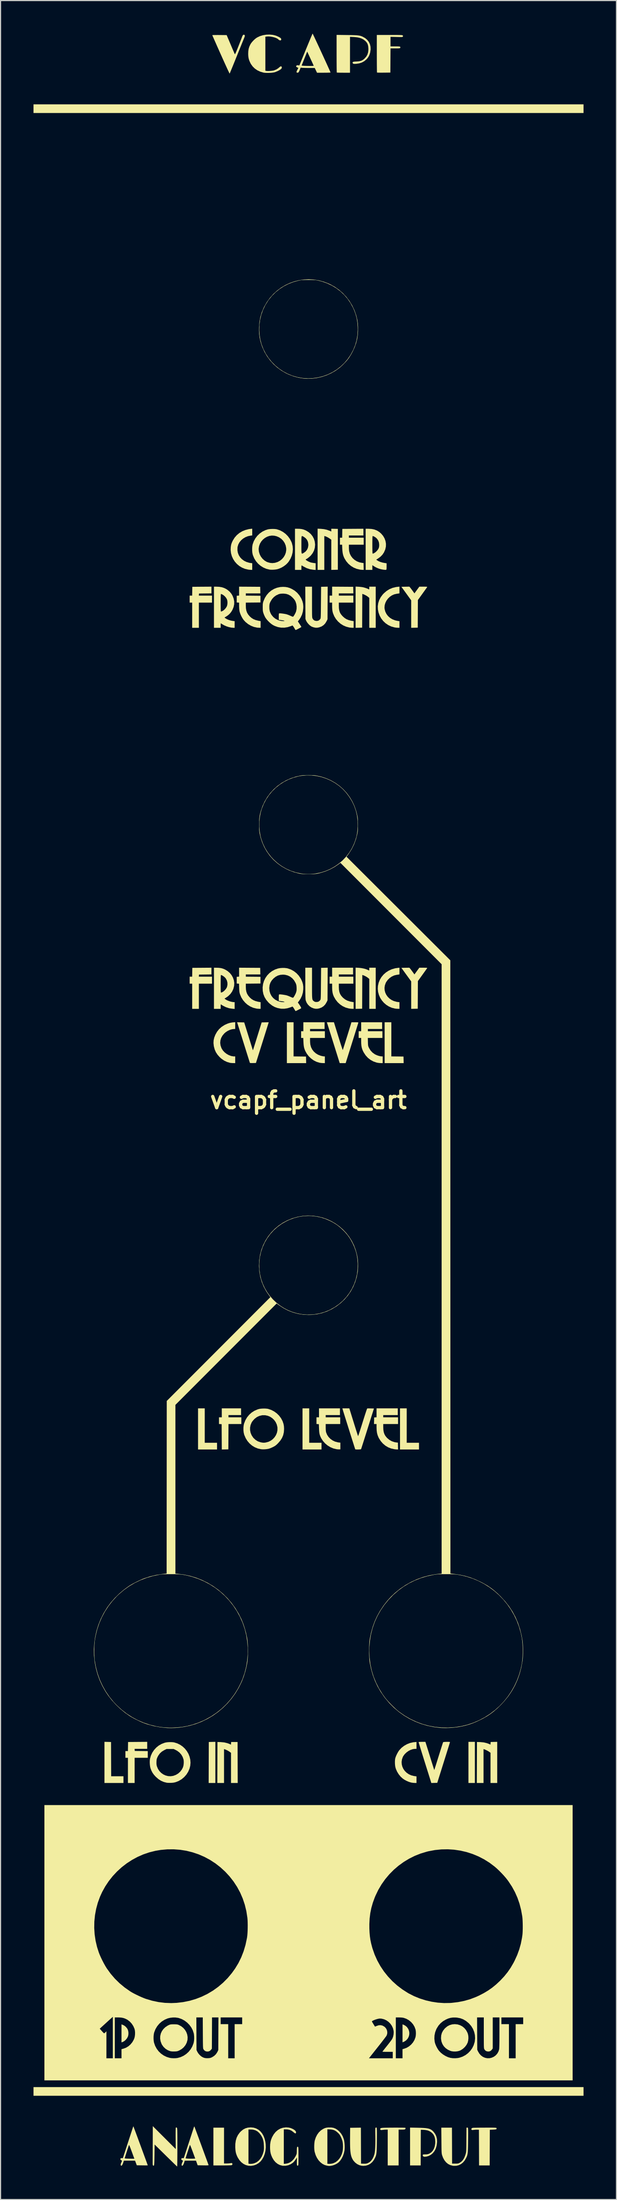
<source format=kicad_pcb>
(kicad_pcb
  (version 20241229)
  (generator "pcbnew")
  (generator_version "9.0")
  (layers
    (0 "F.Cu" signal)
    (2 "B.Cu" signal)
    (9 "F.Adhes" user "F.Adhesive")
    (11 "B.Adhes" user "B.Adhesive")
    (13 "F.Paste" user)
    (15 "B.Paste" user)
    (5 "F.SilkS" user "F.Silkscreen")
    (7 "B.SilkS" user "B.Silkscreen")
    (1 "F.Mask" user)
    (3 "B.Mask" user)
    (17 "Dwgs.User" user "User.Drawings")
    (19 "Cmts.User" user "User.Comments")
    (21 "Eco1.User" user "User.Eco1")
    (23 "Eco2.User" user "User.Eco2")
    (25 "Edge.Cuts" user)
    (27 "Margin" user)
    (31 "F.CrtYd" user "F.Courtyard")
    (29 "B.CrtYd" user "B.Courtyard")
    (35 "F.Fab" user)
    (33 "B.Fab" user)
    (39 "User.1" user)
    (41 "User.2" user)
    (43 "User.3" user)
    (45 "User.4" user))
  (footprint "vcapf_panel_art"
    (layer "F.Cu")
    (at 25.019 96.921)
    (property "Reference" "vcapf_panel_art" (at 0 0 0) (layer "F.SilkS") (effects (font (size 1.524 1.524) (thickness 0.3))))
    (attr board_only exclude_from_pos_files exclude_from_bom)
    (fp_poly (pts (xy 15.154 62.063) (xy 14.569 62.063) (xy 14.569 58.326) (xy 15.154 58.326)) (stroke (width 0) (type solid)) (fill yes) (layer "F.SilkS"))
    (fp_poly (pts (xy 25.044 -89.701) (xy -25.019 -89.701) (xy -25.019 -90.489) (xy 25.044 -90.489)) (stroke (width 0) (type solid)) (fill yes) (layer "F.SilkS"))
    (fp_poly (pts (xy 25.044 90.489) (xy -25.019 90.489) (xy -25.019 89.701) (xy 25.044 89.701)) (stroke (width 0) (type solid)) (fill yes) (layer "F.SilkS"))
    (fp_poly (pts (xy -9.433 31.146) (xy -8.314 31.146) (xy -8.314 31.756) (xy -10.043 31.756) (xy -10.043 28.019) (xy -9.433 28.019)) (stroke (width 0) (type solid)) (fill yes) (layer "F.SilkS"))
    (fp_poly (pts (xy -8.467 62.063) (xy -9.077 62.063) (xy -9.071 60.201) (xy -9.064 58.339) (xy -8.765 58.331) (xy -8.467 58.324)) (stroke (width 0) (type solid)) (fill yes) (layer "F.SilkS"))
    (fp_poly (pts (xy 0.076 31.146) (xy 1.195 31.146) (xy 1.195 31.756) (xy -0.534 31.756) (xy -0.534 28.019) (xy 0.076 28.019)) (stroke (width 0) (type solid)) (fill yes) (layer "F.SilkS"))
    (fp_poly (pts (xy 8.95 31.146) (xy 10.068 31.146) (xy 10.068 31.756) (xy 8.34 31.756) (xy 8.34 28.019) (xy 8.95 28.019)) (stroke (width 0) (type solid)) (fill yes) (layer "F.SilkS"))
    (fp_poly (pts (xy -18.262 58.331) (xy -17.963 58.339) (xy -17.957 59.896) (xy -17.95 61.453) (xy -16.832 61.453) (xy -16.832 62.063) (xy -18.561 62.063) (xy -18.561 58.324)) (stroke (width 0) (type solid)) (fill yes) (layer "F.SilkS"))
    (fp_poly (pts (xy -1.348 -3.967) (xy -0.782 -3.96) (xy -0.216 -3.954) (xy -0.209 -3.655) (xy -0.202 -3.356) (xy -1.958 -3.356) (xy -1.958 -7.068) (xy -1.348 -7.068)) (stroke (width 0) (type solid)) (fill yes) (layer "F.SilkS"))
    (fp_poly (pts (xy 7.551 -3.967) (xy 8.104 -3.961) (xy 8.657 -3.954) (xy 8.665 -3.655) (xy 8.672 -3.356) (xy 6.941 -3.356) (xy 6.941 -7.068) (xy 7.551 -7.068)) (stroke (width 0) (type solid)) (fill yes) (layer "F.SilkS"))
    (fp_poly (pts (xy -14.67 58.962) (xy -15.818 58.962) (xy -15.81 59.057) (xy -15.802 59.152) (xy -14.62 59.166) (xy -14.62 59.775) (xy -15.815 59.775) (xy -15.815 62.063) (xy -16.425 62.063) (xy -16.425 59.775) (xy -16.654 59.775) (xy -16.654 59.165) (xy -16.426 59.165) (xy -16.412 58.339) (xy -14.67 58.325)) (stroke (width 0) (type solid)) (fill yes) (layer "F.SilkS"))
    (fp_poly (pts (xy -16.952 84.02) (xy -16.781 84.098) (xy -16.626 84.216) (xy -16.501 84.364) (xy -16.447 84.457) (xy -16.398 84.606) (xy -16.377 84.778) (xy -16.386 84.953) (xy -16.423 85.103) (xy -16.503 85.257) (xy -16.617 85.399) (xy -16.752 85.517) (xy -16.899 85.6) (xy -16.952 85.619) (xy -17.01 85.636) (xy -17.01 84.002)) (stroke (width 0) (type solid)) (fill yes) (layer "F.SilkS"))
    (fp_poly (pts (xy -6.128 28.629) (xy -7.272 28.629) (xy -7.272 28.832) (xy -6.102 28.832) (xy -6.102 29.443) (xy -7.271 29.443) (xy -7.278 30.593) (xy -7.284 31.744) (xy -7.881 31.758) (xy -7.895 29.455) (xy -8.015 29.448) (xy -8.136 29.44) (xy -8.136 28.832) (xy -7.882 28.832) (xy -7.882 28.019) (xy -6.128 28.019)) (stroke (width 0) (type solid)) (fill yes) (layer "F.SilkS"))
    (fp_poly (pts (xy 8.626 84.02) (xy 8.734 84.068) (xy 8.851 84.142) (xy 8.952 84.227) (xy 8.978 84.254) (xy 9.093 84.42) (xy 9.163 84.6) (xy 9.19 84.785) (xy 9.176 84.97) (xy 9.122 85.147) (xy 9.03 85.309) (xy 8.902 85.449) (xy 8.739 85.56) (xy 8.638 85.605) (xy 8.568 85.632) (xy 8.568 84.002)) (stroke (width 0) (type solid)) (fill yes) (layer "F.SilkS"))
    (fp_poly (pts (xy -8.823 -46.046) (xy -9.388 -46.04) (xy -9.954 -46.033) (xy -9.97 -45.842) (xy -8.772 -45.842) (xy -8.772 -45.206) (xy -9.967 -45.206) (xy -9.967 -42.918) (xy -10.577 -42.918) (xy -10.577 -45.206) (xy -10.806 -45.206) (xy -10.806 -45.842) (xy -10.578 -45.842) (xy -10.571 -46.242) (xy -10.564 -46.643) (xy -9.693 -46.65) (xy -8.823 -46.656)) (stroke (width 0) (type solid)) (fill yes) (layer "F.SilkS"))
    (fp_poly (pts (xy -8.823 -11.417) (xy -9.388 -11.41) (xy -9.954 -11.403) (xy -9.962 -11.308) (xy -9.97 -11.213) (xy -8.772 -11.213) (xy -8.772 -10.577) (xy -9.967 -10.577) (xy -9.967 -8.289) (xy -10.577 -8.289) (xy -10.577 -10.577) (xy -10.806 -10.577) (xy -10.806 -11.213) (xy -10.578 -11.213) (xy -10.571 -11.613) (xy -10.564 -12.014) (xy -9.693 -12.02) (xy -8.823 -12.027)) (stroke (width 0) (type solid)) (fill yes) (layer "F.SilkS"))
    (fp_poly (pts (xy 1.138 -51.911) (xy 1.421 -51.883) (xy 1.676 -51.828) (xy 1.92 -51.74) (xy 1.944 -51.73) (xy 2.085 -51.667) (xy 2.085 -51.92) (xy 2.682 -51.906) (xy 2.682 -48.194) (xy 2.085 -48.18) (xy 2.085 -50.923) (xy 1.964 -51.011) (xy 1.848 -51.087) (xy 1.723 -51.157) (xy 1.606 -51.212) (xy 1.519 -51.242) (xy 1.449 -51.259) (xy 1.449 -48.181) (xy 0.839 -48.181) (xy 0.839 -51.926)) (stroke (width 0) (type solid)) (fill yes) (layer "F.SilkS"))
    (fp_poly (pts (xy -6.439 60.201) (xy -6.432 62.063) (xy -7.043 62.063) (xy -7.043 59.322) (xy -7.167 59.231) (xy -7.283 59.156) (xy -7.42 59.083) (xy -7.554 59.024) (xy -7.621 59) (xy -7.678 58.984) (xy -7.678 62.063) (xy -8.289 62.063) (xy -8.282 60.201) (xy -8.276 58.339) (xy -7.997 58.346) (xy -7.667 58.376) (xy -7.365 58.448) (xy -7.189 58.515) (xy -7.046 58.578) (xy -7.038 58.458) (xy -7.03 58.339) (xy -6.445 58.339)) (stroke (width 0) (type solid)) (fill yes) (layer "F.SilkS"))
    (fp_poly (pts (xy 17.188 62.063) (xy 16.577 62.063) (xy 16.577 59.318) (xy 16.469 59.238) (xy 16.379 59.18) (xy 16.263 59.116) (xy 16.142 59.057) (xy 16.035 59.012) (xy 15.999 59) (xy 15.942 58.984) (xy 15.942 62.063) (xy 15.331 62.063) (xy 15.338 60.201) (xy 15.344 58.339) (xy 15.624 58.345) (xy 15.952 58.375) (xy 16.253 58.446) (xy 16.435 58.515) (xy 16.575 58.576) (xy 16.582 58.457) (xy 16.59 58.339) (xy 17.188 58.324)) (stroke (width 0) (type solid)) (fill yes) (layer "F.SilkS"))
    (fp_poly (pts (xy -7.678 96.642) (xy -7.43 96.642) (xy -7.312 96.639) (xy -7.203 96.632) (xy -7.12 96.622) (xy -7.094 96.617) (xy -7 96.601) (xy -6.942 96.619) (xy -6.917 96.671) (xy -6.916 96.695) (xy -6.928 96.758) (xy -6.975 96.793) (xy -6.981 96.795) (xy -7.023 96.802) (xy -7.11 96.808) (xy -7.237 96.812) (xy -7.396 96.816) (xy -7.582 96.819) (xy -7.789 96.82) (xy -7.845 96.82) (xy -8.645 96.82) (xy -8.645 93.388) (xy -7.678 93.388)) (stroke (width 0) (type solid)) (fill yes) (layer "F.SilkS"))
    (fp_poly (pts (xy 4.583 -12.019) (xy 4.803 -11.996) (xy 5.022 -11.956) (xy 5.224 -11.9) (xy 5.394 -11.833) (xy 5.416 -11.822) (xy 5.48 -11.792) (xy 5.522 -11.774) (xy 5.529 -11.772) (xy 5.537 -11.795) (xy 5.542 -11.853) (xy 5.543 -11.899) (xy 5.543 -12.026) (xy 6.128 -12.026) (xy 6.128 -8.289) (xy 5.543 -8.289) (xy 5.543 -11.005) (xy 5.435 -11.098) (xy 5.342 -11.165) (xy 5.223 -11.236) (xy 5.098 -11.3) (xy 4.987 -11.345) (xy 4.965 -11.352) (xy 4.908 -11.368) (xy 4.894 -8.301) (xy 4.297 -8.287) (xy 4.297 -12.034)) (stroke (width 0) (type solid)) (fill yes) (layer "F.SilkS"))
    (fp_poly (pts (xy 9.255 -46.585) (xy 9.296 -46.535) (xy 9.357 -46.455) (xy 9.429 -46.358) (xy 9.486 -46.28) (xy 9.653 -46.047) (xy 9.875 -46.351) (xy 10.097 -46.656) (xy 10.466 -46.656) (xy 10.614 -46.655) (xy 10.718 -46.652) (xy 10.782 -46.646) (xy 10.812 -46.637) (xy 10.815 -46.624) (xy 10.796 -46.596) (xy 10.751 -46.532) (xy 10.684 -46.438) (xy 10.6 -46.32) (xy 10.501 -46.183) (xy 10.393 -46.032) (xy 10.382 -46.017) (xy 9.967 -45.442) (xy 9.961 -44.186) (xy 9.954 -42.931) (xy 9.655 -42.924) (xy 9.357 -42.917) (xy 9.357 -45.415) (xy 8.912 -46.029) (xy 8.467 -46.643) (xy 9.191 -46.658)) (stroke (width 0) (type solid)) (fill yes) (layer "F.SilkS"))
    (fp_poly (pts (xy 4.571 -46.649) (xy 4.706 -46.638) (xy 4.843 -46.623) (xy 4.96 -46.604) (xy 5.01 -46.593) (xy 5.122 -46.562) (xy 5.237 -46.525) (xy 5.343 -46.487) (xy 5.427 -46.452) (xy 5.476 -46.425) (xy 5.478 -46.423) (xy 5.513 -46.403) (xy 5.533 -46.423) (xy 5.542 -46.486) (xy 5.543 -46.529) (xy 5.543 -46.656) (xy 6.128 -46.656) (xy 6.128 -42.918) (xy 5.543 -42.918) (xy 5.543 -45.635) (xy 5.435 -45.727) (xy 5.342 -45.795) (xy 5.223 -45.866) (xy 5.098 -45.929) (xy 4.987 -45.975) (xy 4.965 -45.982) (xy 4.908 -45.998) (xy 4.901 -44.464) (xy 4.894 -42.931) (xy 4.297 -42.917) (xy 4.297 -46.663)) (stroke (width 0) (type solid)) (fill yes) (layer "F.SilkS"))
    (fp_poly (pts (xy 9.255 -11.956) (xy 9.296 -11.905) (xy 9.357 -11.825) (xy 9.429 -11.728) (xy 9.486 -11.65) (xy 9.653 -11.417) (xy 10.097 -12.026) (xy 10.466 -12.026) (xy 10.614 -12.025) (xy 10.717 -12.022) (xy 10.781 -12.016) (xy 10.812 -12.007) (xy 10.815 -11.994) (xy 10.815 -11.994) (xy 10.796 -11.966) (xy 10.75 -11.902) (xy 10.684 -11.808) (xy 10.599 -11.69) (xy 10.501 -11.553) (xy 10.393 -11.403) (xy 10.382 -11.387) (xy 9.967 -10.811) (xy 9.961 -9.556) (xy 9.954 -8.301) (xy 9.655 -8.294) (xy 9.357 -8.287) (xy 9.357 -10.785) (xy 8.911 -11.399) (xy 8.466 -12.014) (xy 8.829 -12.021) (xy 9.191 -12.028)) (stroke (width 0) (type solid)) (fill yes) (layer "F.SilkS"))
    (fp_poly (pts (xy 13.571 84.004) (xy 13.802 84.075) (xy 14.013 84.187) (xy 14.198 84.338) (xy 14.353 84.523) (xy 14.471 84.739) (xy 14.522 84.877) (xy 14.558 85.058) (xy 14.566 85.26) (xy 14.547 85.462) (xy 14.503 85.642) (xy 14.495 85.664) (xy 14.391 85.867) (xy 14.247 86.054) (xy 14.072 86.217) (xy 13.876 86.345) (xy 13.761 86.398) (xy 13.597 86.443) (xy 13.409 86.466) (xy 13.215 86.465) (xy 13.036 86.441) (xy 12.942 86.415) (xy 12.701 86.307) (xy 12.496 86.165) (xy 12.328 85.992) (xy 12.201 85.791) (xy 12.115 85.567) (xy 12.075 85.321) (xy 12.072 85.239) (xy 12.09 84.999) (xy 12.148 84.783) (xy 12.25 84.584) (xy 12.399 84.394) (xy 12.445 84.346) (xy 12.638 84.184) (xy 12.849 84.07) (xy 13.079 84.002) (xy 13.325 83.98)) (stroke (width 0) (type solid)) (fill yes) (layer "F.SilkS"))
    (fp_poly (pts (xy 8.173 93.386) (xy 8.365 93.387) (xy 8.53 93.388) (xy 8.663 93.391) (xy 8.758 93.394) (xy 8.811 93.397) (xy 8.82 93.399) (xy 8.846 93.44) (xy 8.832 93.495) (xy 8.808 93.526) (xy 8.778 93.544) (xy 8.727 93.556) (xy 8.645 93.563) (xy 8.524 93.565) (xy 8.49 93.566) (xy 8.212 93.566) (xy 8.212 96.82) (xy 7.221 96.82) (xy 7.221 93.566) (xy 7.06 93.566) (xy 6.943 93.57) (xy 6.818 93.583) (xy 6.753 93.593) (xy 6.642 93.605) (xy 6.572 93.591) (xy 6.54 93.55) (xy 6.539 93.504) (xy 6.546 93.478) (xy 6.558 93.456) (xy 6.583 93.438) (xy 6.622 93.423) (xy 6.682 93.412) (xy 6.765 93.403) (xy 6.878 93.397) (xy 7.023 93.393) (xy 7.205 93.39) (xy 7.429 93.388) (xy 7.7 93.386) (xy 7.733 93.386) (xy 7.961 93.385)) (stroke (width 0) (type solid)) (fill yes) (layer "F.SilkS"))
    (fp_poly (pts (xy 4.068 -11.416) (xy 2.771 -11.416) (xy 2.771 -11.213) (xy 4.093 -11.213) (xy 4.093 -10.577) (xy 2.771 -10.577) (xy 2.771 -10.274) (xy 2.783 -10.032) (xy 2.819 -9.827) (xy 2.884 -9.648) (xy 2.982 -9.486) (xy 3.117 -9.331) (xy 3.175 -9.275) (xy 3.352 -9.138) (xy 3.555 -9.032) (xy 3.79 -8.956) (xy 4.024 -8.91) (xy 4.119 -8.897) (xy 4.119 -8.289) (xy 3.985 -8.291) (xy 3.888 -8.297) (xy 3.769 -8.311) (xy 3.674 -8.326) (xy 3.394 -8.403) (xy 3.129 -8.525) (xy 2.885 -8.69) (xy 2.665 -8.892) (xy 2.476 -9.129) (xy 2.322 -9.396) (xy 2.311 -9.418) (xy 2.245 -9.586) (xy 2.199 -9.767) (xy 2.172 -9.972) (xy 2.162 -10.212) (xy 2.162 -10.253) (xy 2.161 -10.577) (xy 1.932 -10.577) (xy 1.932 -11.213) (xy 2.161 -11.213) (xy 2.161 -12.026) (xy 4.068 -12.026)) (stroke (width 0) (type solid)) (fill yes) (layer "F.SilkS"))
    (fp_poly (pts (xy 4.081 -46.643) (xy 4.095 -46.045) (xy 2.771 -46.045) (xy 2.771 -45.842) (xy 4.093 -45.842) (xy 4.093 -45.206) (xy 2.771 -45.206) (xy 2.772 -44.92) (xy 2.78 -44.693) (xy 2.808 -44.503) (xy 2.857 -44.34) (xy 2.934 -44.193) (xy 3.042 -44.051) (xy 3.139 -43.947) (xy 3.297 -43.809) (xy 3.465 -43.702) (xy 3.655 -43.622) (xy 3.875 -43.565) (xy 4.024 -43.54) (xy 4.119 -43.526) (xy 4.119 -42.918) (xy 3.985 -42.921) (xy 3.875 -42.928) (xy 3.756 -42.941) (xy 3.718 -42.946) (xy 3.435 -43.019) (xy 3.168 -43.136) (xy 2.922 -43.293) (xy 2.702 -43.486) (xy 2.512 -43.709) (xy 2.358 -43.958) (xy 2.245 -44.229) (xy 2.202 -44.385) (xy 2.179 -44.53) (xy 2.165 -44.712) (xy 2.161 -44.887) (xy 2.161 -45.206) (xy 1.932 -45.206) (xy 1.932 -45.842) (xy 2.161 -45.842) (xy 2.161 -46.656)) (stroke (width 0) (type solid)) (fill yes) (layer "F.SilkS"))
    (fp_poly (pts (xy 2.873 28.629) (xy 1.576 28.629) (xy 1.576 28.832) (xy 2.898 28.832) (xy 2.898 29.443) (xy 1.576 29.443) (xy 1.576 29.756) (xy 1.581 29.956) (xy 1.596 30.11) (xy 1.617 30.207) (xy 1.707 30.425) (xy 1.839 30.622) (xy 2.007 30.793) (xy 2.205 30.934) (xy 2.427 31.039) (xy 2.667 31.104) (xy 2.75 31.116) (xy 2.911 31.133) (xy 2.911 31.744) (xy 2.81 31.747) (xy 2.726 31.746) (xy 2.621 31.737) (xy 2.556 31.729) (xy 2.275 31.662) (xy 2.006 31.549) (xy 1.753 31.395) (xy 1.525 31.206) (xy 1.328 30.985) (xy 1.169 30.738) (xy 1.149 30.699) (xy 1.088 30.568) (xy 1.043 30.445) (xy 1.01 30.316) (xy 0.989 30.17) (xy 0.975 29.994) (xy 0.969 29.862) (xy 0.953 29.455) (xy 0.845 29.448) (xy 0.737 29.44) (xy 0.737 28.832) (xy 0.966 28.832) (xy 0.966 28.019) (xy 2.873 28.019)) (stroke (width 0) (type solid)) (fill yes) (layer "F.SilkS"))
    (fp_poly (pts (xy 8.136 28.629) (xy 6.814 28.629) (xy 6.814 28.832) (xy 8.162 28.832) (xy 8.162 29.443) (xy 6.814 29.443) (xy 6.814 29.73) (xy 6.825 29.977) (xy 6.861 30.187) (xy 6.924 30.37) (xy 7.018 30.534) (xy 7.147 30.69) (xy 7.172 30.715) (xy 7.376 30.886) (xy 7.604 31.012) (xy 7.851 31.092) (xy 7.996 31.116) (xy 8.149 31.133) (xy 8.156 31.445) (xy 8.163 31.756) (xy 8.067 31.753) (xy 7.984 31.748) (xy 7.882 31.738) (xy 7.831 31.731) (xy 7.537 31.668) (xy 7.261 31.559) (xy 7.007 31.407) (xy 6.779 31.215) (xy 6.58 30.985) (xy 6.415 30.722) (xy 6.379 30.65) (xy 6.299 30.452) (xy 6.244 30.243) (xy 6.214 30.013) (xy 6.204 29.749) (xy 6.204 29.443) (xy 5.973 29.443) (xy 5.981 29.144) (xy 5.988 28.845) (xy 6.096 28.837) (xy 6.204 28.83) (xy 6.204 28.019) (xy 8.136 28.019)) (stroke (width 0) (type solid)) (fill yes) (layer "F.SilkS"))
    (fp_poly (pts (xy 16.708 93.385) (xy 16.842 93.387) (xy 16.943 93.39) (xy 17.016 93.394) (xy 17.066 93.399) (xy 17.098 93.406) (xy 17.116 93.415) (xy 17.123 93.423) (xy 17.134 93.479) (xy 17.121 93.508) (xy 17.1 93.529) (xy 17.062 93.543) (xy 16.996 93.553) (xy 16.895 93.561) (xy 16.804 93.566) (xy 16.514 93.578) (xy 16.507 95.199) (xy 16.501 96.82) (xy 15.535 96.82) (xy 15.529 95.199) (xy 15.522 93.578) (xy 15.363 93.571) (xy 15.248 93.571) (xy 15.127 93.58) (xy 15.064 93.589) (xy 14.958 93.603) (xy 14.89 93.599) (xy 14.85 93.573) (xy 14.838 93.549) (xy 14.838 93.488) (xy 14.879 93.436) (xy 14.953 93.405) (xy 14.956 93.404) (xy 14.999 93.401) (xy 15.087 93.397) (xy 15.214 93.394) (xy 15.374 93.391) (xy 15.561 93.389) (xy 15.77 93.387) (xy 15.993 93.386) (xy 16.068 93.386) (xy 16.326 93.385) (xy 16.538 93.385)) (stroke (width 0) (type solid)) (fill yes) (layer "F.SilkS"))
    (fp_poly (pts (xy 5.009 -51.309) (xy 3.687 -51.309) (xy 3.687 -51.105) (xy 5.034 -51.105) (xy 5.034 -50.469) (xy 3.687 -50.469) (xy 3.687 -50.247) (xy 3.69 -50.122) (xy 3.698 -49.995) (xy 3.709 -49.891) (xy 3.711 -49.877) (xy 3.773 -49.649) (xy 3.879 -49.439) (xy 4.024 -49.251) (xy 4.202 -49.09) (xy 4.407 -48.962) (xy 4.634 -48.87) (xy 4.869 -48.822) (xy 5.022 -48.804) (xy 5.029 -48.493) (xy 5.036 -48.181) (xy 4.927 -48.184) (xy 4.832 -48.19) (xy 4.725 -48.202) (xy 4.69 -48.206) (xy 4.396 -48.275) (xy 4.12 -48.389) (xy 3.866 -48.545) (xy 3.638 -48.74) (xy 3.442 -48.971) (xy 3.281 -49.234) (xy 3.267 -49.262) (xy 3.202 -49.412) (xy 3.154 -49.562) (xy 3.12 -49.727) (xy 3.097 -49.918) (xy 3.084 -50.12) (xy 3.069 -50.469) (xy 2.873 -50.469) (xy 2.873 -51.105) (xy 3.075 -51.105) (xy 3.082 -51.506) (xy 3.089 -51.906) (xy 5.009 -51.919)) (stroke (width 0) (type solid)) (fill yes) (layer "F.SilkS"))
    (fp_poly (pts (xy 1.475 -6.458) (xy 0.153 -6.458) (xy 0.153 -6.255) (xy 1.5 -6.255) (xy 1.5 -5.644) (xy 0.153 -5.644) (xy 0.153 -5.422) (xy 0.156 -5.294) (xy 0.165 -5.16) (xy 0.178 -5.048) (xy 0.18 -5.035) (xy 0.242 -4.806) (xy 0.348 -4.595) (xy 0.494 -4.407) (xy 0.675 -4.246) (xy 0.885 -4.118) (xy 1.12 -4.027) (xy 1.155 -4.018) (xy 1.26 -3.993) (xy 1.354 -3.975) (xy 1.42 -3.967) (xy 1.428 -3.966) (xy 1.5 -3.966) (xy 1.5 -3.356) (xy 1.328 -3.358) (xy 1.208 -3.365) (xy 1.08 -3.38) (xy 1.003 -3.394) (xy 0.735 -3.477) (xy 0.48 -3.606) (xy 0.244 -3.776) (xy 0.033 -3.981) (xy -0.147 -4.217) (xy -0.281 -4.458) (xy -0.342 -4.603) (xy -0.387 -4.746) (xy -0.418 -4.901) (xy -0.438 -5.08) (xy -0.45 -5.282) (xy -0.465 -5.644) (xy -0.661 -5.644) (xy -0.661 -6.255) (xy -0.458 -6.255) (xy -0.458 -7.068) (xy 1.475 -7.068)) (stroke (width 0) (type solid)) (fill yes) (layer "F.SilkS"))
    (fp_poly (pts (xy 6.712 -6.458) (xy 5.416 -6.458) (xy 5.416 -6.255) (xy 6.738 -6.255) (xy 6.738 -5.644) (xy 5.41 -5.644) (xy 5.419 -5.28) (xy 5.423 -5.137) (xy 5.428 -5.033) (xy 5.437 -4.955) (xy 5.451 -4.892) (xy 5.473 -4.832) (xy 5.505 -4.763) (xy 5.527 -4.718) (xy 5.662 -4.501) (xy 5.835 -4.315) (xy 6.042 -4.166) (xy 6.092 -4.139) (xy 6.244 -4.07) (xy 6.406 -4.015) (xy 6.561 -3.979) (xy 6.681 -3.967) (xy 6.763 -3.966) (xy 6.763 -3.356) (xy 6.579 -3.358) (xy 6.455 -3.366) (xy 6.315 -3.385) (xy 6.204 -3.408) (xy 5.916 -3.508) (xy 5.653 -3.651) (xy 5.417 -3.836) (xy 5.211 -4.061) (xy 5.038 -4.323) (xy 5.008 -4.379) (xy 4.923 -4.56) (xy 4.864 -4.737) (xy 4.827 -4.926) (xy 4.809 -5.139) (xy 4.805 -5.305) (xy 4.805 -5.644) (xy 4.577 -5.644) (xy 4.577 -6.255) (xy 4.805 -6.255) (xy 4.805 -7.068) (xy 6.712 -7.068)) (stroke (width 0) (type solid)) (fill yes) (layer "F.SilkS"))
    (fp_poly (pts (xy -12.242 83.994) (xy -12.102 83.996) (xy -11.999 84.002) (xy -11.92 84.013) (xy -11.851 84.032) (xy -11.801 84.052) (xy -11.58 84.169) (xy -11.388 84.321) (xy -11.23 84.501) (xy -11.11 84.704) (xy -11.029 84.924) (xy -10.992 85.155) (xy -11.001 85.391) (xy -11.007 85.428) (xy -11.075 85.666) (xy -11.187 85.884) (xy -11.34 86.077) (xy -11.529 86.241) (xy -11.735 86.362) (xy -11.832 86.406) (xy -11.91 86.434) (xy -11.989 86.45) (xy -12.086 86.459) (xy -12.188 86.463) (xy -12.377 86.463) (xy -12.524 86.447) (xy -12.583 86.433) (xy -12.806 86.345) (xy -13.009 86.214) (xy -13.184 86.048) (xy -13.324 85.852) (xy -13.365 85.773) (xy -13.453 85.533) (xy -13.492 85.294) (xy -13.484 85.058) (xy -13.432 84.832) (xy -13.336 84.62) (xy -13.198 84.427) (xy -13.022 84.256) (xy -12.807 84.114) (xy -12.687 84.055) (xy -12.62 84.028) (xy -12.556 84.01) (xy -12.481 84) (xy -12.382 83.995) (xy -12.247 83.994)) (stroke (width 0) (type solid)) (fill yes) (layer "F.SilkS"))
    (fp_poly (pts (xy 8.289 -46.049) (xy 8.219 -46.036) (xy 8.151 -46.025) (xy 8.061 -46.012) (xy 8.022 -46.006) (xy 7.8 -45.954) (xy 7.594 -45.86) (xy 7.406 -45.73) (xy 7.243 -45.571) (xy 7.109 -45.388) (xy 7.009 -45.188) (xy 6.946 -44.977) (xy 6.927 -44.76) (xy 6.939 -44.623) (xy 7.002 -44.385) (xy 7.109 -44.169) (xy 7.255 -43.978) (xy 7.437 -43.817) (xy 7.652 -43.687) (xy 7.895 -43.594) (xy 8.101 -43.548) (xy 8.289 -43.519) (xy 8.289 -42.918) (xy 8.142 -42.921) (xy 8.035 -42.927) (xy 7.91 -42.942) (xy 7.827 -42.957) (xy 7.537 -43.039) (xy 7.269 -43.166) (xy 7.025 -43.331) (xy 6.811 -43.532) (xy 6.631 -43.763) (xy 6.487 -44.022) (xy 6.384 -44.302) (xy 6.328 -44.581) (xy 6.317 -44.873) (xy 6.356 -45.157) (xy 6.443 -45.43) (xy 6.578 -45.69) (xy 6.76 -45.935) (xy 6.876 -46.058) (xy 7.12 -46.267) (xy 7.38 -46.429) (xy 7.662 -46.546) (xy 7.969 -46.621) (xy 8.13 -46.642) (xy 8.289 -46.658)) (stroke (width 0) (type solid)) (fill yes) (layer "F.SilkS"))
    (fp_poly (pts (xy -5.111 -51.312) (xy -5.257 -51.294) (xy -5.503 -51.243) (xy -5.732 -51.152) (xy -5.939 -51.028) (xy -6.119 -50.875) (xy -6.266 -50.698) (xy -6.375 -50.5) (xy -6.441 -50.288) (xy -6.453 -50.213) (xy -6.458 -49.964) (xy -6.417 -49.729) (xy -6.332 -49.513) (xy -6.207 -49.317) (xy -6.045 -49.147) (xy -5.849 -49.005) (xy -5.622 -48.896) (xy -5.368 -48.823) (xy -5.244 -48.803) (xy -5.111 -48.787) (xy -5.111 -48.181) (xy -5.231 -48.184) (xy -5.335 -48.191) (xy -5.447 -48.202) (xy -5.479 -48.207) (xy -5.769 -48.274) (xy -6.039 -48.385) (xy -6.286 -48.534) (xy -6.505 -48.717) (xy -6.694 -48.93) (xy -6.849 -49.168) (xy -6.967 -49.426) (xy -7.043 -49.701) (xy -7.076 -49.987) (xy -7.066 -50.231) (xy -7.045 -50.389) (xy -7.015 -50.522) (xy -6.97 -50.65) (xy -6.905 -50.793) (xy -6.874 -50.855) (xy -6.712 -51.114) (xy -6.513 -51.341) (xy -6.28 -51.535) (xy -6.016 -51.692) (xy -5.725 -51.81) (xy -5.411 -51.887) (xy -5.269 -51.906) (xy -5.111 -51.924)) (stroke (width 0) (type solid)) (fill yes) (layer "F.SilkS"))
    (fp_poly (pts (xy 8.289 -11.42) (xy 8.219 -11.407) (xy 8.151 -11.396) (xy 8.061 -11.382) (xy 8.022 -11.377) (xy 7.805 -11.324) (xy 7.594 -11.226) (xy 7.399 -11.091) (xy 7.228 -10.925) (xy 7.089 -10.734) (xy 7.038 -10.637) (xy 6.96 -10.416) (xy 6.929 -10.194) (xy 6.943 -9.975) (xy 6.998 -9.763) (xy 7.092 -9.565) (xy 7.222 -9.383) (xy 7.384 -9.224) (xy 7.575 -9.092) (xy 7.794 -8.991) (xy 8.036 -8.926) (xy 8.13 -8.912) (xy 8.289 -8.894) (xy 8.289 -8.289) (xy 8.142 -8.292) (xy 8.034 -8.297) (xy 7.923 -8.308) (xy 7.876 -8.315) (xy 7.592 -8.387) (xy 7.328 -8.502) (xy 7.087 -8.654) (xy 6.872 -8.84) (xy 6.687 -9.054) (xy 6.535 -9.292) (xy 6.421 -9.549) (xy 6.346 -9.821) (xy 6.316 -10.102) (xy 6.331 -10.373) (xy 6.395 -10.663) (xy 6.504 -10.934) (xy 6.654 -11.183) (xy 6.842 -11.406) (xy 7.063 -11.6) (xy 7.314 -11.761) (xy 7.591 -11.886) (xy 7.89 -11.973) (xy 8.13 -12.01) (xy 8.289 -12.025)) (stroke (width 0) (type solid)) (fill yes) (layer "F.SilkS"))
    (fp_poly (pts (xy -5.346 -12.02) (xy -4.386 -12.014) (xy -4.379 -11.715) (xy -4.372 -11.416) (xy -5.695 -11.416) (xy -5.695 -11.213) (xy -5.028 -11.207) (xy -4.36 -11.2) (xy -4.36 -10.59) (xy -5.028 -10.583) (xy -5.695 -10.576) (xy -5.695 -10.302) (xy -5.684 -10.057) (xy -5.647 -9.848) (xy -5.58 -9.664) (xy -5.481 -9.497) (xy -5.344 -9.334) (xy -5.323 -9.312) (xy -5.172 -9.179) (xy -5.006 -9.076) (xy -4.816 -8.996) (xy -4.593 -8.938) (xy -4.443 -8.911) (xy -4.348 -8.897) (xy -4.348 -8.289) (xy -4.481 -8.292) (xy -4.592 -8.298) (xy -4.71 -8.311) (xy -4.749 -8.317) (xy -5.033 -8.39) (xy -5.304 -8.511) (xy -5.557 -8.677) (xy -5.748 -8.846) (xy -5.95 -9.079) (xy -6.106 -9.331) (xy -6.219 -9.598) (xy -6.247 -9.688) (xy -6.267 -9.771) (xy -6.281 -9.862) (xy -6.29 -9.972) (xy -6.297 -10.115) (xy -6.3 -10.188) (xy -6.312 -10.574) (xy -6.417 -10.582) (xy -6.522 -10.59) (xy -6.522 -11.2) (xy -6.414 -11.208) (xy -6.306 -11.216) (xy -6.306 -12.027)) (stroke (width 0) (type solid)) (fill yes) (layer "F.SilkS"))
    (fp_poly (pts (xy -5.346 -46.65) (xy -4.386 -46.643) (xy -4.379 -46.344) (xy -4.372 -46.045) (xy -5.695 -46.045) (xy -5.695 -45.843) (xy -5.028 -45.836) (xy -4.36 -45.829) (xy -4.36 -45.219) (xy -5.028 -45.212) (xy -5.695 -45.206) (xy -5.695 -44.932) (xy -5.684 -44.685) (xy -5.646 -44.475) (xy -5.579 -44.291) (xy -5.478 -44.122) (xy -5.341 -43.961) (xy -5.327 -43.946) (xy -5.17 -43.809) (xy -4.997 -43.702) (xy -4.799 -43.621) (xy -4.566 -43.562) (xy -4.443 -43.541) (xy -4.348 -43.526) (xy -4.348 -42.918) (xy -4.481 -42.922) (xy -4.575 -42.926) (xy -4.661 -42.933) (xy -4.691 -42.936) (xy -4.964 -42.998) (xy -5.232 -43.106) (xy -5.484 -43.253) (xy -5.711 -43.434) (xy -5.889 -43.624) (xy -5.999 -43.783) (xy -6.101 -43.969) (xy -6.188 -44.164) (xy -6.25 -44.35) (xy -6.268 -44.427) (xy -6.284 -44.54) (xy -6.297 -44.682) (xy -6.304 -44.831) (xy -6.306 -44.915) (xy -6.306 -45.203) (xy -6.414 -45.211) (xy -6.522 -45.219) (xy -6.522 -45.829) (xy -6.414 -45.837) (xy -6.306 -45.845) (xy -6.306 -46.656)) (stroke (width 0) (type solid)) (fill yes) (layer "F.SilkS"))
    (fp_poly (pts (xy -6.661 -6.458) (xy -6.758 -6.458) (xy -6.949 -6.436) (xy -7.151 -6.375) (xy -7.351 -6.281) (xy -7.536 -6.158) (xy -7.655 -6.053) (xy -7.82 -5.856) (xy -7.937 -5.646) (xy -8.006 -5.425) (xy -8.026 -5.196) (xy -7.996 -4.964) (xy -7.916 -4.731) (xy -7.892 -4.681) (xy -7.777 -4.5) (xy -7.623 -4.336) (xy -7.441 -4.194) (xy -7.24 -4.082) (xy -7.031 -4.004) (xy -6.822 -3.968) (xy -6.766 -3.966) (xy -6.661 -3.966) (xy -6.661 -3.356) (xy -6.846 -3.359) (xy -6.955 -3.363) (xy -7.06 -3.372) (xy -7.132 -3.382) (xy -7.413 -3.464) (xy -7.68 -3.593) (xy -7.929 -3.768) (xy -8.075 -3.901) (xy -8.27 -4.121) (xy -8.419 -4.348) (xy -8.527 -4.593) (xy -8.6 -4.865) (xy -8.61 -4.919) (xy -8.638 -5.182) (xy -8.625 -5.431) (xy -8.569 -5.677) (xy -8.469 -5.934) (xy -8.467 -5.937) (xy -8.315 -6.208) (xy -8.129 -6.443) (xy -7.906 -6.644) (xy -7.645 -6.812) (xy -7.564 -6.854) (xy -7.35 -6.949) (xy -7.15 -7.012) (xy -6.947 -7.05) (xy -6.846 -7.061) (xy -6.661 -7.076)) (stroke (width 0) (type solid)) (fill yes) (layer "F.SilkS"))
    (fp_poly (pts (xy 9.84 58.962) (xy 9.717 58.962) (xy 9.519 58.985) (xy 9.316 59.051) (xy 9.117 59.152) (xy 8.933 59.284) (xy 8.771 59.439) (xy 8.643 59.612) (xy 8.594 59.704) (xy 8.516 59.926) (xy 8.485 60.151) (xy 8.499 60.373) (xy 8.554 60.586) (xy 8.648 60.787) (xy 8.778 60.971) (xy 8.94 61.131) (xy 9.132 61.264) (xy 9.351 61.365) (xy 9.594 61.428) (xy 9.63 61.433) (xy 9.84 61.464) (xy 9.84 62.063) (xy 9.681 62.061) (xy 9.568 62.054) (xy 9.438 62.038) (xy 9.344 62.021) (xy 9.156 61.966) (xy 8.954 61.881) (xy 8.757 61.776) (xy 8.597 61.669) (xy 8.399 61.491) (xy 8.223 61.276) (xy 8.076 61.038) (xy 7.965 60.787) (xy 7.918 60.627) (xy 7.893 60.478) (xy 7.879 60.305) (xy 7.876 60.125) (xy 7.885 59.958) (xy 7.905 59.826) (xy 7.946 59.696) (xy 8.009 59.543) (xy 8.088 59.383) (xy 8.173 59.231) (xy 8.258 59.105) (xy 8.274 59.084) (xy 8.475 58.87) (xy 8.711 58.687) (xy 8.973 58.538) (xy 9.252 58.429) (xy 9.539 58.365) (xy 9.626 58.355) (xy 9.84 58.337)) (stroke (width 0) (type solid)) (fill yes) (layer "F.SilkS"))
    (fp_poly (pts (xy 9.973 93.395) (xy 10.249 93.403) (xy 10.481 93.414) (xy 10.673 93.429) (xy 10.833 93.451) (xy 10.965 93.481) (xy 11.077 93.521) (xy 11.173 93.571) (xy 11.26 93.635) (xy 11.344 93.712) (xy 11.397 93.768) (xy 11.543 93.963) (xy 11.644 94.179) (xy 11.701 94.419) (xy 11.713 94.681) (xy 11.681 94.968) (xy 11.656 95.088) (xy 11.579 95.323) (xy 11.466 95.531) (xy 11.322 95.708) (xy 11.15 95.851) (xy 10.956 95.955) (xy 10.745 96.016) (xy 10.567 96.032) (xy 10.486 96.015) (xy 10.429 95.971) (xy 10.407 95.911) (xy 10.411 95.881) (xy 10.42 95.854) (xy 10.432 95.836) (xy 10.457 95.826) (xy 10.507 95.822) (xy 10.59 95.819) (xy 10.667 95.818) (xy 10.789 95.812) (xy 10.882 95.796) (xy 10.969 95.765) (xy 11.014 95.744) (xy 11.181 95.635) (xy 11.319 95.486) (xy 11.427 95.302) (xy 11.502 95.085) (xy 11.544 94.84) (xy 11.552 94.672) (xy 11.534 94.421) (xy 11.48 94.204) (xy 11.387 94.019) (xy 11.255 93.864) (xy 11.094 93.744) (xy 10.949 93.671) (xy 10.789 93.623) (xy 10.603 93.594) (xy 10.437 93.584) (xy 10.234 93.578) (xy 10.227 95.199) (xy 10.221 96.82) (xy 9.255 96.82) (xy 9.255 93.38)) (stroke (width 0) (type solid)) (fill yes) (layer "F.SilkS"))
    (fp_poly (pts (xy 1.749 -45.175) (xy 1.742 -43.694) (xy 1.662 -43.528) (xy 1.54 -43.325) (xy 1.387 -43.163) (xy 1.204 -43.041) (xy 0.99 -42.96) (xy 0.98 -42.957) (xy 0.807 -42.925) (xy 0.648 -42.927) (xy 0.484 -42.959) (xy 0.382 -42.993) (xy 0.28 -43.036) (xy 0.24 -43.058) (xy 0.127 -43.141) (xy 0.01 -43.255) (xy -0.097 -43.384) (xy -0.179 -43.512) (xy -0.208 -43.572) (xy -0.267 -43.719) (xy -0.274 -45.187) (xy -0.282 -46.656) (xy 0.331 -46.656) (xy 0.331 -45.256) (xy 0.331 -44.953) (xy 0.331 -44.697) (xy 0.332 -44.484) (xy 0.333 -44.308) (xy 0.334 -44.166) (xy 0.337 -44.054) (xy 0.341 -43.967) (xy 0.345 -43.901) (xy 0.351 -43.853) (xy 0.358 -43.817) (xy 0.367 -43.789) (xy 0.377 -43.765) (xy 0.381 -43.758) (xy 0.461 -43.644) (xy 0.564 -43.574) (xy 0.696 -43.544) (xy 0.741 -43.542) (xy 0.865 -43.554) (xy 0.964 -43.598) (xy 1.052 -43.682) (xy 1.079 -43.716) (xy 1.09 -43.732) (xy 1.1 -43.752) (xy 1.108 -43.778) (xy 1.115 -43.816) (xy 1.12 -43.868) (xy 1.125 -43.941) (xy 1.129 -44.036) (xy 1.132 -44.16) (xy 1.135 -44.315) (xy 1.137 -44.506) (xy 1.14 -44.736) (xy 1.142 -45.011) (xy 1.144 -45.215) (xy 1.157 -46.643) (xy 1.457 -46.65) (xy 1.756 -46.657)) (stroke (width 0) (type solid)) (fill yes) (layer "F.SilkS"))
    (fp_poly (pts (xy 7.66 -96.794) (xy 7.889 -96.794) (xy 8.077 -96.793) (xy 8.226 -96.791) (xy 8.342 -96.788) (xy 8.43 -96.784) (xy 8.492 -96.779) (xy 8.535 -96.773) (xy 8.562 -96.765) (xy 8.578 -96.756) (xy 8.579 -96.755) (xy 8.613 -96.716) (xy 8.614 -96.683) (xy 8.594 -96.643) (xy 8.583 -96.628) (xy 8.564 -96.617) (xy 8.53 -96.609) (xy 8.474 -96.605) (xy 8.391 -96.604) (xy 8.273 -96.605) (xy 8.114 -96.608) (xy 8.022 -96.611) (xy 7.475 -96.624) (xy 7.475 -95.752) (xy 7.906 -95.752) (xy 8.065 -95.752) (xy 8.181 -95.75) (xy 8.261 -95.745) (xy 8.313 -95.738) (xy 8.343 -95.728) (xy 8.359 -95.713) (xy 8.362 -95.708) (xy 8.371 -95.644) (xy 8.362 -95.619) (xy 8.349 -95.603) (xy 8.324 -95.591) (xy 8.281 -95.583) (xy 8.212 -95.578) (xy 8.109 -95.575) (xy 7.966 -95.574) (xy 7.907 -95.574) (xy 7.476 -95.574) (xy 7.469 -94.475) (xy 7.462 -93.375) (xy 6.863 -93.368) (xy 6.694 -93.367) (xy 6.541 -93.367) (xy 6.413 -93.369) (xy 6.317 -93.372) (xy 6.259 -93.376) (xy 6.247 -93.379) (xy 6.244 -93.406) (xy 6.241 -93.481) (xy 6.238 -93.598) (xy 6.236 -93.753) (xy 6.234 -93.941) (xy 6.232 -94.16) (xy 6.231 -94.404) (xy 6.23 -94.67) (xy 6.229 -94.953) (xy 6.229 -95.095) (xy 6.229 -96.795) (xy 7.384 -96.795)) (stroke (width 0) (type solid)) (fill yes) (layer "F.SilkS"))
    (fp_poly (pts (xy -6.165 -7.063) (xy -5.842 -7.056) (xy -5.488 -5.924) (xy -5.415 -5.689) (xy -5.345 -5.465) (xy -5.28 -5.257) (xy -5.223 -5.07) (xy -5.173 -4.911) (xy -5.134 -4.785) (xy -5.107 -4.697) (xy -5.095 -4.657) (xy -5.072 -4.585) (xy -5.053 -4.54) (xy -5.045 -4.532) (xy -5.036 -4.557) (xy -5.013 -4.627) (xy -4.978 -4.736) (xy -4.932 -4.879) (xy -4.877 -5.054) (xy -4.814 -5.253) (xy -4.745 -5.474) (xy -4.671 -5.712) (xy -4.644 -5.799) (xy -4.252 -7.056) (xy -3.931 -7.063) (xy -3.81 -7.065) (xy -3.71 -7.066) (xy -3.641 -7.065) (xy -3.611 -7.063) (xy -3.611 -7.063) (xy -3.618 -7.038) (xy -3.64 -6.968) (xy -3.675 -6.858) (xy -3.721 -6.71) (xy -3.778 -6.529) (xy -3.844 -6.317) (xy -3.919 -6.08) (xy -4 -5.821) (xy -4.088 -5.543) (xy -4.18 -5.25) (xy -4.192 -5.212) (xy -4.773 -3.369) (xy -5.044 -3.362) (xy -5.174 -3.36) (xy -5.26 -3.363) (xy -5.308 -3.372) (xy -5.327 -3.387) (xy -5.336 -3.416) (xy -5.359 -3.49) (xy -5.396 -3.604) (xy -5.443 -3.755) (xy -5.501 -3.939) (xy -5.569 -4.153) (xy -5.644 -4.391) (xy -5.725 -4.65) (xy -5.812 -4.927) (xy -5.894 -5.187) (xy -5.985 -5.477) (xy -6.072 -5.753) (xy -6.154 -6.012) (xy -6.229 -6.251) (xy -6.296 -6.464) (xy -6.354 -6.648) (xy -6.401 -6.798) (xy -6.437 -6.912) (xy -6.46 -6.985) (xy -6.469 -7.012) (xy -6.487 -7.07)) (stroke (width 0) (type solid)) (fill yes) (layer "F.SilkS"))
    (fp_poly (pts (xy 1.749 -10.546) (xy 1.742 -9.064) (xy 1.662 -8.899) (xy 1.54 -8.696) (xy 1.387 -8.534) (xy 1.204 -8.412) (xy 0.99 -8.331) (xy 0.98 -8.328) (xy 0.807 -8.296) (xy 0.648 -8.297) (xy 0.484 -8.329) (xy 0.284 -8.408) (xy 0.104 -8.528) (xy -0.048 -8.681) (xy -0.166 -8.86) (xy -0.241 -9.057) (xy -0.245 -9.073) (xy -0.253 -9.118) (xy -0.26 -9.185) (xy -0.265 -9.277) (xy -0.27 -9.396) (xy -0.273 -9.548) (xy -0.276 -9.736) (xy -0.278 -9.963) (xy -0.279 -10.233) (xy -0.279 -10.549) (xy -0.279 -10.621) (xy -0.28 -12.026) (xy 0.331 -12.026) (xy 0.331 -10.625) (xy 0.331 -10.311) (xy 0.331 -10.043) (xy 0.332 -9.817) (xy 0.334 -9.63) (xy 0.337 -9.478) (xy 0.343 -9.356) (xy 0.351 -9.26) (xy 0.362 -9.186) (xy 0.376 -9.13) (xy 0.394 -9.087) (xy 0.417 -9.055) (xy 0.443 -9.027) (xy 0.475 -9.002) (xy 0.504 -8.98) (xy 0.57 -8.938) (xy 0.64 -8.917) (xy 0.736 -8.912) (xy 0.74 -8.912) (xy 0.865 -8.925) (xy 0.964 -8.969) (xy 1.053 -9.053) (xy 1.079 -9.087) (xy 1.09 -9.103) (xy 1.1 -9.122) (xy 1.108 -9.149) (xy 1.115 -9.186) (xy 1.12 -9.239) (xy 1.125 -9.311) (xy 1.129 -9.407) (xy 1.132 -9.53) (xy 1.135 -9.685) (xy 1.137 -9.876) (xy 1.14 -10.107) (xy 1.142 -10.382) (xy 1.144 -10.585) (xy 1.157 -12.014) (xy 1.457 -12.021) (xy 1.756 -12.028)) (stroke (width 0) (type solid)) (fill yes) (layer "F.SilkS"))
    (fp_poly (pts (xy 4.37 -7.068) (xy 4.46 -7.065) (xy 4.514 -7.06) (xy 4.54 -7.05) (xy 4.547 -7.035) (xy 4.545 -7.024) (xy 4.536 -6.993) (xy 4.512 -6.917) (xy 4.476 -6.801) (xy 4.428 -6.648) (xy 4.37 -6.462) (xy 4.302 -6.246) (xy 4.227 -6.006) (xy 4.145 -5.744) (xy 4.057 -5.465) (xy 3.965 -5.172) (xy 3.964 -5.168) (xy 3.394 -3.357) (xy 3.123 -3.356) (xy 2.852 -3.356) (xy 2.825 -3.439) (xy 2.813 -3.477) (xy 2.787 -3.559) (xy 2.749 -3.681) (xy 2.699 -3.839) (xy 2.64 -4.029) (xy 2.572 -4.246) (xy 2.496 -4.486) (xy 2.415 -4.745) (xy 2.329 -5.018) (xy 2.288 -5.149) (xy 2.2 -5.43) (xy 2.115 -5.7) (xy 2.035 -5.954) (xy 1.961 -6.189) (xy 1.895 -6.399) (xy 1.838 -6.58) (xy 1.791 -6.729) (xy 1.756 -6.839) (xy 1.734 -6.907) (xy 1.73 -6.922) (xy 1.681 -7.068) (xy 2.004 -7.068) (xy 2.326 -7.068) (xy 2.72 -5.798) (xy 2.796 -5.555) (xy 2.867 -5.328) (xy 2.933 -5.122) (xy 2.992 -4.94) (xy 3.042 -4.788) (xy 3.082 -4.668) (xy 3.111 -4.587) (xy 3.127 -4.549) (xy 3.129 -4.546) (xy 3.139 -4.572) (xy 3.162 -4.641) (xy 3.196 -4.748) (xy 3.241 -4.886) (xy 3.293 -5.051) (xy 3.352 -5.237) (xy 3.415 -5.438) (xy 3.481 -5.648) (xy 3.548 -5.862) (xy 3.614 -6.075) (xy 3.678 -6.281) (xy 3.738 -6.474) (xy 3.792 -6.649) (xy 3.839 -6.8) (xy 3.876 -6.922) (xy 3.883 -6.947) (xy 3.919 -7.068) (xy 4.238 -7.068)) (stroke (width 0) (type solid)) (fill yes) (layer "F.SilkS"))
    (fp_poly (pts (xy -12.073 95.333) (xy -12.081 94.379) (xy -12.083 94.163) (xy -12.083 93.962) (xy -12.082 93.783) (xy -12.08 93.631) (xy -12.077 93.512) (xy -12.074 93.431) (xy -12.07 93.395) (xy -12.069 93.394) (xy -12.033 93.364) (xy -11.988 93.381) (xy -11.964 93.402) (xy -11.957 93.414) (xy -11.95 93.436) (xy -11.944 93.471) (xy -11.939 93.522) (xy -11.935 93.594) (xy -11.932 93.69) (xy -11.93 93.812) (xy -11.928 93.966) (xy -11.926 94.154) (xy -11.925 94.381) (xy -11.925 94.648) (xy -11.925 94.961) (xy -11.925 95.182) (xy -11.925 95.474) (xy -11.926 95.751) (xy -11.927 96.008) (xy -11.929 96.242) (xy -11.931 96.448) (xy -11.933 96.622) (xy -11.936 96.76) (xy -11.939 96.858) (xy -11.942 96.911) (xy -11.944 96.921) (xy -11.965 96.903) (xy -12.019 96.853) (xy -12.102 96.773) (xy -12.212 96.668) (xy -12.345 96.539) (xy -12.497 96.391) (xy -12.666 96.226) (xy -12.848 96.048) (xy -12.98 95.919) (xy -13.997 94.918) (xy -14.009 95.855) (xy -14.013 96.112) (xy -14.017 96.323) (xy -14.022 96.491) (xy -14.027 96.621) (xy -14.035 96.717) (xy -14.045 96.783) (xy -14.058 96.824) (xy -14.074 96.844) (xy -14.094 96.847) (xy -14.118 96.837) (xy -14.131 96.829) (xy -14.157 96.8) (xy -14.17 96.745) (xy -14.174 96.653) (xy -14.174 96.646) (xy -14.174 96.593) (xy -14.173 96.494) (xy -14.173 96.354) (xy -14.172 96.178) (xy -14.171 95.97) (xy -14.17 95.736) (xy -14.17 95.479) (xy -14.169 95.206) (xy -14.168 94.92) (xy -14.167 94.869) (xy -14.162 93.248)) (stroke (width 0) (type solid)) (fill yes) (layer "F.SilkS"))
    (fp_poly (pts (xy 4.117 29.271) (xy 4.192 29.513) (xy 4.264 29.741) (xy 4.329 29.949) (xy 4.388 30.133) (xy 4.438 30.289) (xy 4.478 30.411) (xy 4.506 30.496) (xy 4.521 30.538) (xy 4.523 30.542) (xy 4.534 30.522) (xy 4.558 30.458) (xy 4.594 30.354) (xy 4.64 30.215) (xy 4.696 30.045) (xy 4.759 29.848) (xy 4.829 29.63) (xy 4.903 29.394) (xy 4.932 29.299) (xy 5.008 29.057) (xy 5.081 28.829) (xy 5.147 28.62) (xy 5.208 28.436) (xy 5.259 28.281) (xy 5.301 28.158) (xy 5.332 28.074) (xy 5.35 28.032) (xy 5.353 28.028) (xy 5.388 28.024) (xy 5.463 28.022) (xy 5.566 28.022) (xy 5.674 28.024) (xy 5.967 28.032) (xy 5.389 29.866) (xy 5.297 30.16) (xy 5.208 30.441) (xy 5.125 30.703) (xy 5.048 30.945) (xy 4.979 31.161) (xy 4.919 31.348) (xy 4.87 31.501) (xy 4.832 31.619) (xy 4.806 31.695) (xy 4.795 31.727) (xy 4.794 31.728) (xy 4.764 31.74) (xy 4.696 31.748) (xy 4.604 31.754) (xy 4.503 31.757) (xy 4.404 31.756) (xy 4.323 31.751) (xy 4.273 31.743) (xy 4.263 31.737) (xy 4.254 31.71) (xy 4.231 31.64) (xy 4.195 31.53) (xy 4.149 31.385) (xy 4.094 31.21) (xy 4.03 31.01) (xy 3.96 30.789) (xy 3.885 30.552) (xy 3.806 30.303) (xy 3.726 30.047) (xy 3.644 29.788) (xy 3.564 29.532) (xy 3.485 29.283) (xy 3.411 29.045) (xy 3.341 28.823) (xy 3.278 28.622) (xy 3.223 28.446) (xy 3.178 28.3) (xy 3.144 28.188) (xy 3.122 28.116) (xy 3.114 28.089) (xy 3.096 28.019) (xy 3.727 28.019)) (stroke (width 0) (type solid)) (fill yes) (layer "F.SilkS"))
    (fp_poly (pts (xy -4.997 93.385) (xy -4.766 93.454) (xy -4.557 93.565) (xy -4.372 93.717) (xy -4.213 93.908) (xy -4.083 94.136) (xy -3.982 94.397) (xy -3.913 94.691) (xy -3.888 94.886) (xy -3.879 95.194) (xy -3.909 95.495) (xy -3.977 95.781) (xy -4.08 96.047) (xy -4.216 96.283) (xy -4.349 96.449) (xy -4.539 96.616) (xy -4.753 96.741) (xy -4.985 96.822) (xy -5.229 96.857) (xy -5.471 96.844) (xy -5.696 96.785) (xy -5.909 96.679) (xy -5.944 96.652) (xy -5.454 96.652) (xy -5.39 96.671) (xy -5.309 96.68) (xy -5.197 96.676) (xy -5.072 96.66) (xy -4.952 96.633) (xy -4.926 96.625) (xy -4.724 96.535) (xy -4.541 96.401) (xy -4.381 96.226) (xy -4.246 96.014) (xy -4.141 95.77) (xy -4.091 95.602) (xy -4.068 95.505) (xy -4.054 95.415) (xy -4.046 95.319) (xy -4.045 95.203) (xy -4.048 95.052) (xy -4.049 95.03) (xy -4.064 94.79) (xy -4.095 94.587) (xy -4.146 94.407) (xy -4.219 94.239) (xy -4.32 94.07) (xy -4.327 94.059) (xy -4.478 93.867) (xy -4.644 93.722) (xy -4.828 93.623) (xy -5.033 93.567) (xy -5.225 93.553) (xy -5.454 93.553) (xy -5.454 96.652) (xy -5.944 96.652) (xy -6.103 96.531) (xy -6.275 96.342) (xy -6.42 96.118) (xy -6.458 96.045) (xy -6.529 95.886) (xy -6.58 95.74) (xy -6.616 95.59) (xy -6.639 95.422) (xy -6.652 95.22) (xy -6.654 95.192) (xy -6.65 94.862) (xy -6.609 94.565) (xy -6.53 94.298) (xy -6.412 94.057) (xy -6.253 93.838) (xy -6.133 93.712) (xy -5.939 93.557) (xy -5.731 93.448) (xy -5.504 93.384) (xy -5.252 93.362) (xy -5.249 93.362)) (stroke (width 0) (type solid)) (fill yes) (layer "F.SilkS"))
    (fp_poly (pts (xy -8.397 -12.025) (xy -8.184 -12.019) (xy -8.006 -12) (xy -7.849 -11.966) (xy -7.699 -11.913) (xy -7.581 -11.859) (xy -7.35 -11.72) (xy -7.151 -11.548) (xy -6.989 -11.349) (xy -6.866 -11.128) (xy -6.784 -10.891) (xy -6.747 -10.644) (xy -6.758 -10.39) (xy -6.763 -10.363) (xy -6.83 -10.1) (xy -6.943 -9.858) (xy -7.1 -9.638) (xy -7.3 -9.445) (xy -7.498 -9.305) (xy -7.635 -9.221) (xy -7.574 -9.171) (xy -7.461 -9.098) (xy -7.314 -9.029) (xy -7.149 -8.969) (xy -6.982 -8.925) (xy -6.831 -8.901) (xy -6.777 -8.899) (xy -6.712 -8.899) (xy -6.712 -8.281) (xy -6.909 -8.297) (xy -7.218 -8.345) (xy -7.511 -8.44) (xy -7.782 -8.577) (xy -7.847 -8.619) (xy -7.912 -8.662) (xy -7.959 -8.689) (xy -7.972 -8.695) (xy -7.977 -8.672) (xy -7.981 -8.61) (xy -7.983 -8.521) (xy -7.984 -8.492) (xy -7.984 -8.289) (xy -8.594 -8.289) (xy -8.594 -10.564) (xy -7.984 -10.564) (xy -7.983 -10.327) (xy -7.981 -10.137) (xy -7.979 -9.99) (xy -7.974 -9.883) (xy -7.969 -9.812) (xy -7.961 -9.773) (xy -7.953 -9.763) (xy -7.914 -9.774) (xy -7.849 -9.8) (xy -7.814 -9.816) (xy -7.703 -9.89) (xy -7.591 -9.996) (xy -7.492 -10.119) (xy -7.422 -10.243) (xy -7.408 -10.278) (xy -7.366 -10.477) (xy -7.37 -10.676) (xy -7.419 -10.866) (xy -7.512 -11.039) (xy -7.569 -11.112) (xy -7.645 -11.185) (xy -7.736 -11.255) (xy -7.829 -11.314) (xy -7.909 -11.354) (xy -7.957 -11.365) (xy -7.966 -11.34) (xy -7.973 -11.264) (xy -7.978 -11.137) (xy -7.981 -10.959) (xy -7.983 -10.731) (xy -7.984 -10.564) (xy -8.594 -10.564) (xy -8.594 -12.026)) (stroke (width 0) (type solid)) (fill yes) (layer "F.SilkS"))
    (fp_poly (pts (xy 6.198 93.377) (xy 6.211 93.401) (xy 6.221 93.447) (xy 6.229 93.517) (xy 6.233 93.616) (xy 6.236 93.748) (xy 6.237 93.917) (xy 6.236 94.127) (xy 6.234 94.382) (xy 6.234 94.489) (xy 6.231 94.784) (xy 6.227 95.033) (xy 6.222 95.243) (xy 6.216 95.417) (xy 6.207 95.561) (xy 6.196 95.681) (xy 6.182 95.782) (xy 6.164 95.868) (xy 6.142 95.946) (xy 6.115 96.02) (xy 6.095 96.07) (xy 5.973 96.307) (xy 5.823 96.504) (xy 5.648 96.659) (xy 5.451 96.771) (xy 5.235 96.838) (xy 5.001 96.859) (xy 4.825 96.844) (xy 4.623 96.789) (xy 4.429 96.69) (xy 4.253 96.555) (xy 4.106 96.391) (xy 4.05 96.308) (xy 3.992 96.201) (xy 3.942 96.091) (xy 3.901 95.971) (xy 3.867 95.837) (xy 3.841 95.684) (xy 3.82 95.508) (xy 3.806 95.303) (xy 3.797 95.065) (xy 3.793 94.788) (xy 3.792 94.469) (xy 3.794 94.265) (xy 3.801 93.4) (xy 4.29 93.393) (xy 4.78 93.386) (xy 4.786 95.021) (xy 4.793 96.655) (xy 5.024 96.662) (xy 5.155 96.663) (xy 5.254 96.655) (xy 5.341 96.636) (xy 5.4 96.616) (xy 5.56 96.529) (xy 5.705 96.399) (xy 5.831 96.228) (xy 5.936 96.022) (xy 6.013 95.79) (xy 6.043 95.637) (xy 6.067 95.436) (xy 6.084 95.187) (xy 6.095 94.894) (xy 6.099 94.557) (xy 6.096 94.178) (xy 6.096 94.168) (xy 6.092 93.952) (xy 6.09 93.782) (xy 6.089 93.65) (xy 6.091 93.553) (xy 6.094 93.485) (xy 6.099 93.44) (xy 6.107 93.412) (xy 6.117 93.395) (xy 6.131 93.386) (xy 6.134 93.384) (xy 6.159 93.372) (xy 6.18 93.368)) (stroke (width 0) (type solid)) (fill yes) (layer "F.SilkS"))
    (fp_poly (pts (xy -8.384 -46.655) (xy -8.115 -46.643) (xy -7.88 -46.604) (xy -7.669 -46.536) (xy -7.472 -46.437) (xy -7.357 -46.361) (xy -7.159 -46.194) (xy -7.001 -46) (xy -6.902 -45.829) (xy -6.802 -45.576) (xy -6.753 -45.32) (xy -6.754 -45.064) (xy -6.805 -44.81) (xy -6.906 -44.561) (xy -7.003 -44.395) (xy -7.119 -44.24) (xy -7.247 -44.112) (xy -7.403 -43.994) (xy -7.485 -43.942) (xy -7.635 -43.85) (xy -7.575 -43.801) (xy -7.437 -43.713) (xy -7.263 -43.636) (xy -7.067 -43.577) (xy -6.862 -43.54) (xy -6.859 -43.539) (xy -6.712 -43.522) (xy -6.712 -42.918) (xy -6.824 -42.918) (xy -7.022 -42.935) (xy -7.24 -42.982) (xy -7.462 -43.054) (xy -7.672 -43.147) (xy -7.827 -43.236) (xy -7.899 -43.282) (xy -7.952 -43.314) (xy -7.973 -43.325) (xy -7.978 -43.302) (xy -7.982 -43.239) (xy -7.983 -43.15) (xy -7.984 -43.122) (xy -7.984 -42.918) (xy -8.594 -42.918) (xy -8.594 -45.194) (xy -7.984 -45.194) (xy -7.983 -44.956) (xy -7.981 -44.766) (xy -7.979 -44.619) (xy -7.974 -44.512) (xy -7.969 -44.441) (xy -7.961 -44.403) (xy -7.953 -44.393) (xy -7.914 -44.403) (xy -7.849 -44.43) (xy -7.814 -44.445) (xy -7.703 -44.519) (xy -7.591 -44.625) (xy -7.493 -44.748) (xy -7.422 -44.871) (xy -7.408 -44.907) (xy -7.372 -45.061) (xy -7.363 -45.228) (xy -7.379 -45.388) (xy -7.417 -45.516) (xy -7.497 -45.65) (xy -7.607 -45.779) (xy -7.733 -45.886) (xy -7.81 -45.933) (xy -7.883 -45.968) (xy -7.939 -45.99) (xy -7.957 -45.995) (xy -7.966 -45.969) (xy -7.973 -45.893) (xy -7.978 -45.766) (xy -7.981 -45.589) (xy -7.983 -45.36) (xy -7.984 -45.194) (xy -8.594 -45.194) (xy -8.594 -46.656)) (stroke (width 0) (type solid)) (fill yes) (layer "F.SilkS"))
    (fp_poly (pts (xy -5.825 -96.804) (xy -5.794 -96.76) (xy -5.785 -96.725) (xy -5.789 -96.678) (xy -5.809 -96.611) (xy -5.848 -96.511) (xy -5.869 -96.462) (xy -5.896 -96.395) (xy -5.941 -96.286) (xy -6.001 -96.14) (xy -6.074 -95.961) (xy -6.157 -95.755) (xy -6.25 -95.527) (xy -6.35 -95.28) (xy -6.455 -95.022) (xy -6.56 -94.761) (xy -6.664 -94.502) (xy -6.763 -94.258) (xy -6.855 -94.031) (xy -6.939 -93.827) (xy -7.012 -93.649) (xy -7.073 -93.501) (xy -7.12 -93.388) (xy -7.152 -93.313) (xy -7.166 -93.281) (xy -7.167 -93.28) (xy -7.18 -93.3) (xy -7.212 -93.362) (xy -7.261 -93.464) (xy -7.326 -93.602) (xy -7.405 -93.772) (xy -7.496 -93.971) (xy -7.599 -94.195) (xy -7.71 -94.441) (xy -7.829 -94.705) (xy -7.954 -94.984) (xy -7.966 -95.009) (xy -8.091 -95.29) (xy -8.21 -95.557) (xy -8.322 -95.807) (xy -8.423 -96.037) (xy -8.514 -96.242) (xy -8.593 -96.419) (xy -8.656 -96.565) (xy -8.705 -96.675) (xy -8.735 -96.747) (xy -8.747 -96.776) (xy -8.747 -96.776) (xy -8.722 -96.781) (xy -8.654 -96.785) (xy -8.548 -96.788) (xy -8.411 -96.789) (xy -8.251 -96.79) (xy -8.093 -96.789) (xy -7.439 -96.782) (xy -7.077 -95.93) (xy -6.994 -95.734) (xy -6.916 -95.551) (xy -6.846 -95.388) (xy -6.786 -95.25) (xy -6.739 -95.143) (xy -6.707 -95.071) (xy -6.693 -95.041) (xy -6.68 -95.046) (xy -6.655 -95.087) (xy -6.616 -95.166) (xy -6.564 -95.284) (xy -6.497 -95.445) (xy -6.414 -95.651) (xy -6.363 -95.779) (xy -6.288 -95.97) (xy -6.217 -96.15) (xy -6.154 -96.312) (xy -6.1 -96.45) (xy -6.059 -96.558) (xy -6.033 -96.628) (xy -6.026 -96.649) (xy -5.984 -96.741) (xy -5.932 -96.8) (xy -5.876 -96.822)) (stroke (width 0) (type solid)) (fill yes) (layer "F.SilkS"))
    (fp_poly (pts (xy -3.242 -96.802) (xy -3.027 -96.753) (xy -2.911 -96.714) (xy -2.785 -96.66) (xy -2.666 -96.601) (xy -2.569 -96.543) (xy -2.523 -96.508) (xy -2.477 -96.441) (xy -2.47 -96.371) (xy -2.503 -96.313) (xy -2.504 -96.312) (xy -2.558 -96.297) (xy -2.63 -96.315) (xy -2.704 -96.361) (xy -2.738 -96.393) (xy -2.823 -96.459) (xy -2.947 -96.521) (xy -3.1 -96.574) (xy -3.27 -96.617) (xy -3.445 -96.647) (xy -3.615 -96.66) (xy -3.768 -96.655) (xy -3.776 -96.654) (xy -3.916 -96.636) (xy -3.916 -93.542) (xy -3.823 -93.525) (xy -3.735 -93.517) (xy -3.613 -93.517) (xy -3.474 -93.524) (xy -3.335 -93.537) (xy -3.212 -93.555) (xy -3.124 -93.575) (xy -2.919 -93.657) (xy -2.749 -93.765) (xy -2.667 -93.837) (xy -2.575 -93.913) (xy -2.503 -93.945) (xy -2.452 -93.933) (xy -2.424 -93.877) (xy -2.42 -93.852) (xy -2.424 -93.788) (xy -2.455 -93.734) (xy -2.495 -93.693) (xy -2.583 -93.628) (xy -2.705 -93.558) (xy -2.845 -93.49) (xy -2.988 -93.432) (xy -3.089 -93.4) (xy -3.207 -93.377) (xy -3.361 -93.36) (xy -3.535 -93.349) (xy -3.713 -93.346) (xy -3.882 -93.35) (xy -4.026 -93.363) (xy -4.093 -93.374) (xy -4.383 -93.459) (xy -4.646 -93.582) (xy -4.877 -93.742) (xy -5.074 -93.935) (xy -5.234 -94.158) (xy -5.285 -94.255) (xy -5.368 -94.438) (xy -5.424 -94.604) (xy -5.458 -94.771) (xy -5.475 -94.957) (xy -5.478 -95.104) (xy -5.468 -95.339) (xy -5.435 -95.544) (xy -5.374 -95.736) (xy -5.282 -95.932) (xy -5.27 -95.956) (xy -5.183 -96.086) (xy -5.064 -96.227) (xy -4.928 -96.364) (xy -4.786 -96.484) (xy -4.671 -96.562) (xy -4.418 -96.684) (xy -4.139 -96.77) (xy -3.843 -96.819) (xy -3.54 -96.83)) (stroke (width 0) (type solid)) (fill yes) (layer "F.SilkS"))
    (fp_poly (pts (xy 3.515 -96.788) (xy 3.79 -96.784) (xy 4.019 -96.779) (xy 4.209 -96.773) (xy 4.366 -96.765) (xy 4.495 -96.754) (xy 4.603 -96.74) (xy 4.694 -96.722) (xy 4.776 -96.7) (xy 4.853 -96.672) (xy 4.931 -96.639) (xy 4.95 -96.63) (xy 5.175 -96.503) (xy 5.36 -96.345) (xy 5.502 -96.161) (xy 5.602 -95.953) (xy 5.657 -95.725) (xy 5.666 -95.479) (xy 5.628 -95.218) (xy 5.62 -95.182) (xy 5.553 -94.975) (xy 5.464 -94.8) (xy 5.343 -94.639) (xy 5.276 -94.568) (xy 5.083 -94.409) (xy 4.86 -94.288) (xy 4.611 -94.208) (xy 4.339 -94.171) (xy 4.283 -94.168) (xy 4.181 -94.167) (xy 4.117 -94.173) (xy 4.078 -94.188) (xy 4.053 -94.212) (xy 4.023 -94.26) (xy 4.023 -94.294) (xy 4.042 -94.328) (xy 4.066 -94.346) (xy 4.116 -94.359) (xy 4.2 -94.37) (xy 4.325 -94.378) (xy 4.379 -94.38) (xy 4.573 -94.395) (xy 4.73 -94.424) (xy 4.862 -94.471) (xy 4.981 -94.541) (xy 5.1 -94.639) (xy 5.119 -94.657) (xy 5.266 -94.824) (xy 5.371 -95.007) (xy 5.436 -95.212) (xy 5.462 -95.446) (xy 5.461 -95.584) (xy 5.442 -95.782) (xy 5.4 -95.944) (xy 5.329 -96.083) (xy 5.225 -96.209) (xy 5.19 -96.243) (xy 5.038 -96.365) (xy 4.868 -96.459) (xy 4.674 -96.529) (xy 4.448 -96.577) (xy 4.183 -96.604) (xy 4.113 -96.608) (xy 3.788 -96.624) (xy 3.788 -93.362) (xy 3.195 -93.362) (xy 3.026 -93.363) (xy 2.875 -93.365) (xy 2.748 -93.368) (xy 2.653 -93.372) (xy 2.597 -93.376) (xy 2.585 -93.379) (xy 2.582 -93.407) (xy 2.579 -93.481) (xy 2.577 -93.598) (xy 2.574 -93.753) (xy 2.572 -93.942) (xy 2.571 -94.16) (xy 2.569 -94.405) (xy 2.569 -94.67) (xy 2.568 -94.953) (xy 2.568 -95.098) (xy 2.568 -96.8)) (stroke (width 0) (type solid)) (fill yes) (layer "F.SilkS"))
    (fp_poly (pts (xy 5.46 -51.918) (xy 5.754 -51.9) (xy 6.015 -51.846) (xy 6.249 -51.753) (xy 6.461 -51.62) (xy 6.626 -51.476) (xy 6.801 -51.27) (xy 6.932 -51.044) (xy 7.019 -50.804) (xy 7.061 -50.556) (xy 7.056 -50.305) (xy 7.002 -50.057) (xy 6.985 -50.008) (xy 6.878 -49.766) (xy 6.74 -49.561) (xy 6.567 -49.382) (xy 6.372 -49.237) (xy 6.177 -49.11) (xy 6.235 -49.065) (xy 6.369 -48.981) (xy 6.538 -48.907) (xy 6.727 -48.849) (xy 6.871 -48.82) (xy 7.119 -48.781) (xy 7.119 -48.493) (xy 7.118 -48.365) (xy 7.114 -48.279) (xy 7.106 -48.227) (xy 7.093 -48.199) (xy 7.078 -48.189) (xy 7.02 -48.182) (xy 6.924 -48.188) (xy 6.804 -48.204) (xy 6.671 -48.228) (xy 6.538 -48.259) (xy 6.416 -48.295) (xy 6.379 -48.308) (xy 6.253 -48.359) (xy 6.121 -48.423) (xy 6.007 -48.487) (xy 5.991 -48.498) (xy 5.822 -48.608) (xy 5.822 -48.181) (xy 5.212 -48.181) (xy 5.212 -50.457) (xy 5.822 -50.457) (xy 5.823 -50.197) (xy 5.826 -49.988) (xy 5.83 -49.83) (xy 5.836 -49.722) (xy 5.843 -49.666) (xy 5.849 -49.656) (xy 5.888 -49.665) (xy 5.951 -49.688) (xy 5.963 -49.693) (xy 6.06 -49.75) (xy 6.166 -49.839) (xy 6.267 -49.945) (xy 6.348 -50.054) (xy 6.385 -50.121) (xy 6.42 -50.215) (xy 6.438 -50.315) (xy 6.445 -50.441) (xy 6.445 -50.457) (xy 6.425 -50.66) (xy 6.363 -50.838) (xy 6.257 -50.997) (xy 6.204 -51.054) (xy 6.121 -51.125) (xy 6.026 -51.188) (xy 5.935 -51.235) (xy 5.862 -51.257) (xy 5.854 -51.257) (xy 5.845 -51.247) (xy 5.838 -51.212) (xy 5.832 -51.148) (xy 5.828 -51.052) (xy 5.825 -50.918) (xy 5.823 -50.744) (xy 5.822 -50.523) (xy 5.822 -50.457) (xy 5.212 -50.457) (xy 5.212 -51.919)) (stroke (width 0) (type solid)) (fill yes) (layer "F.SilkS"))
    (fp_poly (pts (xy 12.766 58.326) (xy 12.842 58.331) (xy 12.885 58.34) (xy 12.891 58.345) (xy 12.883 58.372) (xy 12.861 58.443) (xy 12.827 58.556) (xy 12.781 58.705) (xy 12.724 58.888) (xy 12.657 59.101) (xy 12.583 59.339) (xy 12.501 59.6) (xy 12.413 59.878) (xy 12.321 60.172) (xy 12.31 60.207) (xy 11.73 62.051) (xy 11.46 62.058) (xy 11.189 62.065) (xy 11.124 61.855) (xy 11.106 61.794) (xy 11.073 61.69) (xy 11.028 61.547) (xy 10.972 61.369) (xy 10.907 61.161) (xy 10.833 60.928) (xy 10.753 60.674) (xy 10.668 60.405) (xy 10.58 60.124) (xy 10.542 60.004) (xy 10.455 59.726) (xy 10.372 59.463) (xy 10.296 59.218) (xy 10.227 58.995) (xy 10.167 58.798) (xy 10.116 58.632) (xy 10.077 58.499) (xy 10.05 58.406) (xy 10.036 58.354) (xy 10.035 58.345) (xy 10.063 58.338) (xy 10.132 58.332) (xy 10.231 58.327) (xy 10.349 58.326) (xy 10.651 58.326) (xy 10.75 58.637) (xy 10.78 58.733) (xy 10.823 58.87) (xy 10.876 59.039) (xy 10.937 59.235) (xy 11.004 59.449) (xy 11.074 59.674) (xy 11.144 59.902) (xy 11.15 59.92) (xy 11.216 60.132) (xy 11.278 60.327) (xy 11.333 60.501) (xy 11.38 60.649) (xy 11.418 60.765) (xy 11.444 60.844) (xy 11.458 60.882) (xy 11.459 60.884) (xy 11.468 60.859) (xy 11.491 60.79) (xy 11.525 60.682) (xy 11.571 60.539) (xy 11.626 60.365) (xy 11.688 60.166) (xy 11.757 59.946) (xy 11.831 59.709) (xy 11.855 59.633) (xy 11.931 59.391) (xy 12.002 59.164) (xy 12.068 58.955) (xy 12.127 58.77) (xy 12.177 58.614) (xy 12.218 58.49) (xy 12.246 58.405) (xy 12.261 58.362) (xy 12.263 58.358) (xy 12.294 58.346) (xy 12.361 58.337) (xy 12.454 58.33) (xy 12.56 58.326) (xy 12.668 58.324)) (stroke (width 0) (type solid)) (fill yes) (layer "F.SilkS"))
    (fp_poly (pts (xy -0.998 -51.919) (xy -0.788 -51.912) (xy -0.612 -51.891) (xy -0.453 -51.852) (xy -0.295 -51.792) (xy -0.216 -51.755) (xy 0.02 -51.613) (xy 0.22 -51.438) (xy 0.382 -51.234) (xy 0.502 -51.006) (xy 0.579 -50.758) (xy 0.61 -50.494) (xy 0.61 -50.458) (xy 0.585 -50.191) (xy 0.512 -49.938) (xy 0.391 -49.704) (xy 0.229 -49.494) (xy 0.143 -49.41) (xy 0.04 -49.322) (xy -0.067 -49.241) (xy -0.164 -49.176) (xy -0.237 -49.139) (xy -0.248 -49.118) (xy -0.221 -49.082) (xy -0.163 -49.037) (xy -0.082 -48.987) (xy 0.013 -48.937) (xy 0.114 -48.893) (xy 0.214 -48.858) (xy 0.254 -48.847) (xy 0.348 -48.829) (xy 0.46 -48.811) (xy 0.515 -48.803) (xy 0.661 -48.786) (xy 0.661 -48.174) (xy 0.462 -48.19) (xy 0.145 -48.241) (xy -0.156 -48.34) (xy -0.444 -48.487) (xy -0.485 -48.513) (xy -0.553 -48.555) (xy -0.603 -48.582) (xy -0.619 -48.588) (xy -0.627 -48.565) (xy -0.633 -48.502) (xy -0.635 -48.413) (xy -0.636 -48.385) (xy -0.636 -48.181) (xy -1.22 -48.181) (xy -1.22 -50.225) (xy -0.636 -50.225) (xy -0.636 -50.039) (xy -0.633 -49.896) (xy -0.628 -49.791) (xy -0.618 -49.719) (xy -0.603 -49.676) (xy -0.58 -49.658) (xy -0.549 -49.66) (xy -0.508 -49.678) (xy -0.455 -49.708) (xy -0.413 -49.733) (xy -0.251 -49.853) (xy -0.128 -50.005) (xy -0.045 -50.183) (xy -0.006 -50.383) (xy -0.005 -50.517) (xy -0.04 -50.722) (xy -0.117 -50.899) (xy -0.238 -51.05) (xy -0.402 -51.174) (xy -0.418 -51.183) (xy -0.477 -51.218) (xy -0.524 -51.244) (xy -0.561 -51.257) (xy -0.589 -51.252) (xy -0.609 -51.226) (xy -0.622 -51.174) (xy -0.63 -51.091) (xy -0.634 -50.973) (xy -0.636 -50.816) (xy -0.636 -50.615) (xy -0.636 -50.457) (xy -0.636 -50.225) (xy -1.22 -50.225) (xy -1.22 -51.919)) (stroke (width 0) (type solid)) (fill yes) (layer "F.SilkS"))
    (fp_poly (pts (xy 14.504 93.387) (xy 14.51 93.392) (xy 14.519 93.405) (xy 14.527 93.433) (xy 14.532 93.478) (xy 14.536 93.545) (xy 14.539 93.64) (xy 14.54 93.765) (xy 14.541 93.926) (xy 14.54 94.127) (xy 14.538 94.372) (xy 14.536 94.517) (xy 14.533 94.807) (xy 14.53 95.052) (xy 14.525 95.257) (xy 14.519 95.426) (xy 14.511 95.567) (xy 14.499 95.683) (xy 14.485 95.781) (xy 14.467 95.865) (xy 14.444 95.942) (xy 14.416 96.016) (xy 14.382 96.092) (xy 14.364 96.131) (xy 14.234 96.36) (xy 14.077 96.548) (xy 13.896 96.693) (xy 13.694 96.795) (xy 13.474 96.85) (xy 13.238 96.858) (xy 13.127 96.846) (xy 12.91 96.788) (xy 12.711 96.684) (xy 12.535 96.538) (xy 12.384 96.352) (xy 12.26 96.129) (xy 12.176 95.905) (xy 12.162 95.858) (xy 12.151 95.813) (xy 12.142 95.763) (xy 12.134 95.705) (xy 12.128 95.633) (xy 12.123 95.542) (xy 12.119 95.427) (xy 12.116 95.282) (xy 12.114 95.103) (xy 12.112 94.885) (xy 12.109 94.622) (xy 12.109 94.551) (xy 12.099 93.388) (xy 13.068 93.388) (xy 13.075 95.021) (xy 13.081 96.655) (xy 13.361 96.655) (xy 13.487 96.654) (xy 13.576 96.649) (xy 13.642 96.639) (xy 13.697 96.62) (xy 13.757 96.59) (xy 13.775 96.58) (xy 13.931 96.472) (xy 14.063 96.331) (xy 14.174 96.152) (xy 14.267 95.932) (xy 14.319 95.765) (xy 14.333 95.713) (xy 14.345 95.662) (xy 14.354 95.607) (xy 14.361 95.543) (xy 14.367 95.464) (xy 14.372 95.365) (xy 14.375 95.24) (xy 14.378 95.083) (xy 14.38 94.89) (xy 14.382 94.655) (xy 14.383 94.494) (xy 14.384 94.265) (xy 14.386 94.053) (xy 14.387 93.862) (xy 14.388 93.698) (xy 14.389 93.565) (xy 14.39 93.47) (xy 14.39 93.418) (xy 14.39 93.409) (xy 14.412 93.384) (xy 14.458 93.376)) (stroke (width 0) (type solid)) (fill yes) (layer "F.SilkS"))
    (fp_poly (pts (xy 2.086 93.371) (xy 2.297 93.408) (xy 2.488 93.484) (xy 2.667 93.602) (xy 2.811 93.73) (xy 2.983 93.932) (xy 3.117 94.157) (xy 3.218 94.416) (xy 3.23 94.456) (xy 3.263 94.607) (xy 3.286 94.792) (xy 3.3 94.994) (xy 3.303 95.197) (xy 3.294 95.383) (xy 3.281 95.492) (xy 3.222 95.744) (xy 3.133 95.988) (xy 3.017 96.212) (xy 2.881 96.407) (xy 2.752 96.541) (xy 2.598 96.653) (xy 2.414 96.748) (xy 2.223 96.817) (xy 2.096 96.844) (xy 1.995 96.858) (xy 1.923 96.865) (xy 1.861 96.864) (xy 1.789 96.856) (xy 1.704 96.842) (xy 1.484 96.782) (xy 1.278 96.676) (xy 1.089 96.528) (xy 0.92 96.344) (xy 0.777 96.127) (xy 0.661 95.882) (xy 0.578 95.613) (xy 0.559 95.523) (xy 0.54 95.375) (xy 0.531 95.196) (xy 0.533 95.004) (xy 0.544 94.815) (xy 0.563 94.646) (xy 0.584 94.544) (xy 0.673 94.275) (xy 0.795 94.032) (xy 0.946 93.822) (xy 1.122 93.651) (xy 1.212 93.586) (xy 1.296 93.534) (xy 1.729 93.534) (xy 1.729 96.664) (xy 1.799 96.674) (xy 1.902 96.679) (xy 2.03 96.67) (xy 2.162 96.649) (xy 2.263 96.623) (xy 2.463 96.531) (xy 2.646 96.395) (xy 2.807 96.221) (xy 2.942 96.014) (xy 3.047 95.78) (xy 3.113 95.543) (xy 3.141 95.338) (xy 3.151 95.109) (xy 3.142 94.879) (xy 3.115 94.672) (xy 3.113 94.664) (xy 3.082 94.545) (xy 3.033 94.405) (xy 2.977 94.269) (xy 2.962 94.237) (xy 2.894 94.106) (xy 2.826 94.003) (xy 2.747 93.911) (xy 2.686 93.852) (xy 2.536 93.725) (xy 2.394 93.637) (xy 2.246 93.581) (xy 2.077 93.552) (xy 1.977 93.545) (xy 1.729 93.534) (xy 1.296 93.534) (xy 1.36 93.495) (xy 1.49 93.434) (xy 1.618 93.395) (xy 1.763 93.374) (xy 1.845 93.369)) (stroke (width 0) (type solid)) (fill yes) (layer "F.SilkS"))
    (fp_poly (pts (xy -3.069 -51.897) (xy -2.923 -51.88) (xy -2.873 -51.87) (xy -2.587 -51.775) (xy -2.32 -51.635) (xy -2.077 -51.456) (xy -1.863 -51.241) (xy -1.684 -50.996) (xy -1.545 -50.726) (xy -1.5 -50.609) (xy -1.432 -50.334) (xy -1.411 -50.051) (xy -1.437 -49.765) (xy -1.508 -49.482) (xy -1.622 -49.208) (xy -1.78 -48.949) (xy -1.873 -48.829) (xy -2.03 -48.67) (xy -2.224 -48.522) (xy -2.44 -48.393) (xy -2.664 -48.294) (xy -2.811 -48.247) (xy -2.963 -48.218) (xy -3.138 -48.2) (xy -3.317 -48.193) (xy -3.477 -48.199) (xy -3.537 -48.207) (xy -3.828 -48.278) (xy -4.101 -48.394) (xy -4.352 -48.551) (xy -4.577 -48.744) (xy -4.77 -48.969) (xy -4.927 -49.223) (xy -5.044 -49.5) (xy -5.075 -49.605) (xy -5.103 -49.755) (xy -5.117 -49.935) (xy -5.118 -50.05) (xy -4.526 -50.05) (xy -4.501 -49.821) (xy -4.432 -49.598) (xy -4.324 -49.389) (xy -4.181 -49.202) (xy -4.009 -49.043) (xy -3.814 -48.922) (xy -3.711 -48.879) (xy -3.491 -48.817) (xy -3.28 -48.798) (xy -3.061 -48.82) (xy -3.019 -48.829) (xy -2.792 -48.901) (xy -2.585 -49.014) (xy -2.403 -49.161) (xy -2.251 -49.338) (xy -2.133 -49.537) (xy -2.053 -49.752) (xy -2.016 -49.979) (xy -2.019 -50.155) (xy -2.068 -50.401) (xy -2.162 -50.627) (xy -2.295 -50.827) (xy -2.463 -50.999) (xy -2.663 -51.136) (xy -2.89 -51.236) (xy -3.097 -51.286) (xy -3.327 -51.299) (xy -3.552 -51.266) (xy -3.765 -51.191) (xy -3.963 -51.078) (xy -4.139 -50.934) (xy -4.289 -50.761) (xy -4.406 -50.565) (xy -4.486 -50.35) (xy -4.524 -50.12) (xy -4.526 -50.05) (xy -5.118 -50.05) (xy -5.118 -50.126) (xy -5.106 -50.31) (xy -5.081 -50.467) (xy -5.075 -50.495) (xy -4.973 -50.781) (xy -4.828 -51.045) (xy -4.644 -51.283) (xy -4.426 -51.49) (xy -4.18 -51.662) (xy -3.908 -51.793) (xy -3.712 -51.857) (xy -3.578 -51.882) (xy -3.415 -51.897) (xy -3.239 -51.902)) (stroke (width 0) (type solid)) (fill yes) (layer "F.SilkS"))
    (fp_poly (pts (xy -15.926 93.268) (xy -15.916 93.292) (xy -15.891 93.36) (xy -15.851 93.466) (xy -15.798 93.607) (xy -15.735 93.777) (xy -15.663 93.972) (xy -15.583 94.188) (xy -15.497 94.419) (xy -15.408 94.662) (xy -15.315 94.912) (xy -15.222 95.164) (xy -15.13 95.414) (xy -15.041 95.657) (xy -14.956 95.889) (xy -14.877 96.105) (xy -14.805 96.3) (xy -14.743 96.471) (xy -14.691 96.612) (xy -14.653 96.719) (xy -14.628 96.787) (xy -14.62 96.813) (xy -14.644 96.815) (xy -14.711 96.816) (xy -14.814 96.817) (xy -14.944 96.816) (xy -15.095 96.815) (xy -15.119 96.814) (xy -15.619 96.807) (xy -15.775 96.388) (xy -16.796 96.388) (xy -16.855 96.572) (xy -16.904 96.702) (xy -16.953 96.793) (xy -17 96.842) (xy -17.042 96.846) (xy -17.077 96.804) (xy -17.083 96.789) (xy -17.087 96.727) (xy -17.06 96.636) (xy -17.046 96.605) (xy -17.001 96.501) (xy -16.977 96.433) (xy -16.974 96.391) (xy -16.991 96.366) (xy -17.028 96.347) (xy -17.035 96.345) (xy -17.093 96.31) (xy -17.111 96.259) (xy -17.111 96.252) (xy -17.098 96.19) (xy -17.071 96.172) (xy -16.726 96.172) (xy -16.658 96.188) (xy -16.609 96.194) (xy -16.52 96.199) (xy -16.402 96.203) (xy -16.267 96.206) (xy -16.215 96.207) (xy -15.841 96.21) (xy -15.913 96.013) (xy -15.946 95.922) (xy -15.992 95.797) (xy -16.046 95.648) (xy -16.104 95.491) (xy -16.146 95.377) (xy -16.197 95.239) (xy -16.244 95.121) (xy -16.283 95.03) (xy -16.311 94.973) (xy -16.324 94.957) (xy -16.337 94.986) (xy -16.362 95.056) (xy -16.398 95.161) (xy -16.443 95.295) (xy -16.494 95.449) (xy -16.534 95.574) (xy -16.726 96.172) (xy -17.071 96.172) (xy -17.053 96.159) (xy -16.968 96.155) (xy -16.968 96.155) (xy -16.886 96.16) (xy -16.463 94.869) (xy -16.381 94.618) (xy -16.302 94.377) (xy -16.228 94.151) (xy -16.161 93.946) (xy -16.102 93.766) (xy -16.054 93.618) (xy -16.017 93.505) (xy -15.993 93.433) (xy -15.988 93.418) (xy -15.961 93.338) (xy -15.939 93.285) (xy -15.926 93.268)) (stroke (width 0) (type solid)) (fill yes) (layer "F.SilkS"))
    (fp_poly (pts (xy -1.796 93.378) (xy -1.602 93.426) (xy -1.406 93.513) (xy -1.4 93.516) (xy -1.259 93.604) (xy -1.169 93.691) (xy -1.126 93.779) (xy -1.124 93.83) (xy -1.139 93.89) (xy -1.173 93.911) (xy -1.228 93.895) (xy -1.308 93.839) (xy -1.371 93.785) (xy -1.53 93.666) (xy -1.698 93.588) (xy -1.885 93.548) (xy -2.039 93.54) (xy -2.237 93.54) (xy -2.237 96.674) (xy -2.059 96.662) (xy -1.854 96.622) (xy -1.66 96.535) (xy -1.481 96.404) (xy -1.321 96.231) (xy -1.183 96.02) (xy -1.156 95.967) (xy -1.113 95.879) (xy -1.084 95.811) (xy -1.067 95.747) (xy -1.058 95.674) (xy -1.053 95.576) (xy -1.052 95.464) (xy -1.048 95.314) (xy -1.039 95.21) (xy -1.023 95.147) (xy -1 95.119) (xy -0.966 95.122) (xy -0.946 95.133) (xy -0.934 95.144) (xy -0.925 95.164) (xy -0.917 95.198) (xy -0.912 95.252) (xy -0.908 95.331) (xy -0.905 95.44) (xy -0.903 95.584) (xy -0.903 95.769) (xy -0.903 95.981) (xy -0.903 96.208) (xy -0.904 96.39) (xy -0.905 96.531) (xy -0.908 96.638) (xy -0.912 96.715) (xy -0.918 96.767) (xy -0.925 96.8) (xy -0.935 96.819) (xy -0.946 96.829) (xy -0.986 96.847) (xy -1.015 96.838) (xy -1.034 96.797) (xy -1.044 96.721) (xy -1.048 96.604) (xy -1.046 96.445) (xy -1.038 96.097) (xy -1.167 96.29) (xy -1.239 96.39) (xy -1.318 96.485) (xy -1.388 96.557) (xy -1.404 96.571) (xy -1.611 96.71) (xy -1.837 96.804) (xy -2.075 96.851) (xy -2.318 96.851) (xy -2.372 96.844) (xy -2.594 96.785) (xy -2.799 96.68) (xy -2.986 96.532) (xy -3.148 96.344) (xy -3.283 96.118) (xy -3.288 96.107) (xy -3.37 95.921) (xy -3.428 95.744) (xy -3.465 95.56) (xy -3.484 95.355) (xy -3.489 95.155) (xy -3.48 94.906) (xy -3.45 94.688) (xy -3.397 94.486) (xy -3.316 94.281) (xy -3.296 94.239) (xy -3.152 93.988) (xy -2.981 93.777) (xy -2.785 93.607) (xy -2.566 93.48) (xy -2.328 93.399) (xy -2.072 93.364) (xy -2.01 93.362)) (stroke (width 0) (type solid)) (fill yes) (layer "F.SilkS"))
    (fp_poly (pts (xy -12.372 58.356) (xy -12.239 58.372) (xy -12.218 58.376) (xy -11.934 58.464) (xy -11.674 58.592) (xy -11.439 58.755) (xy -11.233 58.949) (xy -11.059 59.17) (xy -10.918 59.411) (xy -10.815 59.67) (xy -10.751 59.94) (xy -10.729 60.218) (xy -10.753 60.498) (xy -10.817 60.754) (xy -10.938 61.039) (xy -11.101 61.298) (xy -11.302 61.526) (xy -11.535 61.721) (xy -11.799 61.877) (xy -12.017 61.967) (xy -12.143 62.006) (xy -12.258 62.031) (xy -12.386 62.045) (xy -12.505 62.051) (xy -12.633 62.053) (xy -12.758 62.05) (xy -12.86 62.044) (xy -12.903 62.038) (xy -13.173 61.968) (xy -13.422 61.859) (xy -13.655 61.707) (xy -13.881 61.508) (xy -13.896 61.494) (xy -14.058 61.315) (xy -14.185 61.139) (xy -14.284 60.95) (xy -14.365 60.741) (xy -14.401 60.598) (xy -14.425 60.423) (xy -14.435 60.275) (xy -13.83 60.275) (xy -13.823 60.384) (xy -13.805 60.483) (xy -13.784 60.557) (xy -13.691 60.782) (xy -13.56 60.98) (xy -13.397 61.148) (xy -13.208 61.283) (xy -12.998 61.38) (xy -12.774 61.438) (xy -12.542 61.451) (xy -12.307 61.418) (xy -12.294 61.414) (xy -12.059 61.327) (xy -11.846 61.198) (xy -11.661 61.03) (xy -11.511 60.83) (xy -11.414 60.636) (xy -11.375 60.502) (xy -11.351 60.339) (xy -11.343 60.168) (xy -11.351 60.009) (xy -11.365 59.925) (xy -11.446 59.693) (xy -11.57 59.482) (xy -11.733 59.298) (xy -11.932 59.146) (xy -12.046 59.082) (xy -12.264 58.974) (xy -12.907 58.974) (xy -13.123 59.081) (xy -13.341 59.214) (xy -13.52 59.379) (xy -13.665 59.58) (xy -13.723 59.691) (xy -13.769 59.792) (xy -13.798 59.875) (xy -13.815 59.959) (xy -13.824 60.064) (xy -13.827 60.136) (xy -13.83 60.275) (xy -14.435 60.275) (xy -14.438 60.235) (xy -14.437 60.053) (xy -14.422 59.896) (xy -14.418 59.872) (xy -14.336 59.582) (xy -14.212 59.311) (xy -14.047 59.065) (xy -13.848 58.847) (xy -13.619 58.662) (xy -13.363 58.515) (xy -13.086 58.41) (xy -12.997 58.387) (xy -12.864 58.365) (xy -12.703 58.352) (xy -12.533 58.349)) (stroke (width 0) (type solid)) (fill yes) (layer "F.SilkS"))
    (fp_poly (pts (xy -3.854 28.04) (xy -3.708 28.057) (xy -3.661 28.067) (xy -3.38 28.162) (xy -3.116 28.299) (xy -2.877 28.473) (xy -2.666 28.68) (xy -2.489 28.915) (xy -2.352 29.172) (xy -2.263 29.431) (xy -2.224 29.651) (xy -2.212 29.888) (xy -2.232 30.183) (xy -2.293 30.455) (xy -2.399 30.707) (xy -2.55 30.946) (xy -2.75 31.177) (xy -2.759 31.186) (xy -2.868 31.294) (xy -2.959 31.373) (xy -3.046 31.436) (xy -3.143 31.492) (xy -3.229 31.536) (xy -3.348 31.591) (xy -3.468 31.641) (xy -3.572 31.678) (xy -3.615 31.691) (xy -3.779 31.721) (xy -3.967 31.739) (xy -4.153 31.743) (xy -4.31 31.731) (xy -4.603 31.666) (xy -4.876 31.555) (xy -5.128 31.402) (xy -5.353 31.21) (xy -5.548 30.984) (xy -5.709 30.726) (xy -5.832 30.44) (xy -5.851 30.382) (xy -5.893 30.194) (xy -5.913 29.978) (xy -5.911 29.768) (xy -5.307 29.768) (xy -5.306 30.006) (xy -5.259 30.24) (xy -5.166 30.463) (xy -5.03 30.668) (xy -4.982 30.724) (xy -4.799 30.892) (xy -4.598 31.015) (xy -4.372 31.095) (xy -4.259 31.119) (xy -4.155 31.135) (xy -4.076 31.141) (xy -4 31.138) (xy -3.905 31.125) (xy -3.865 31.119) (xy -3.634 31.058) (xy -3.423 30.954) (xy -3.236 30.815) (xy -3.078 30.645) (xy -2.952 30.451) (xy -2.863 30.238) (xy -2.816 30.011) (xy -2.814 29.777) (xy -2.822 29.711) (xy -2.882 29.475) (xy -2.983 29.26) (xy -3.121 29.07) (xy -3.289 28.91) (xy -3.482 28.782) (xy -3.696 28.693) (xy -3.924 28.644) (xy -4.16 28.641) (xy -4.239 28.65) (xy -4.476 28.71) (xy -4.688 28.811) (xy -4.881 28.958) (xy -4.933 29.008) (xy -5.017 29.101) (xy -5.096 29.198) (xy -5.155 29.284) (xy -5.167 29.305) (xy -5.261 29.532) (xy -5.307 29.768) (xy -5.911 29.768) (xy -5.911 29.754) (xy -5.887 29.542) (xy -5.851 29.392) (xy -5.735 29.098) (xy -5.579 28.832) (xy -5.386 28.598) (xy -5.161 28.397) (xy -4.905 28.235) (xy -4.624 28.114) (xy -4.5 28.077) (xy -4.366 28.052) (xy -4.202 28.038) (xy -4.025 28.033)) (stroke (width 0) (type solid)) (fill yes) (layer "F.SilkS"))
    (fp_poly (pts (xy -10.373 93.289) (xy -10.361 93.318) (xy -10.334 93.391) (xy -10.291 93.504) (xy -10.236 93.653) (xy -10.168 93.835) (xy -10.091 94.044) (xy -10.004 94.279) (xy -9.911 94.534) (xy -9.811 94.805) (xy -9.724 95.04) (xy -9.621 95.323) (xy -9.522 95.592) (xy -9.43 95.843) (xy -9.346 96.073) (xy -9.27 96.278) (xy -9.206 96.454) (xy -9.153 96.597) (xy -9.115 96.703) (xy -9.091 96.768) (xy -9.083 96.789) (xy -9.089 96.8) (xy -9.119 96.808) (xy -9.179 96.813) (xy -9.274 96.816) (xy -9.409 96.816) (xy -9.575 96.814) (xy -10.078 96.807) (xy -10.153 96.598) (xy -10.228 96.388) (xy -11.253 96.388) (xy -11.312 96.572) (xy -11.364 96.711) (xy -11.415 96.802) (xy -11.465 96.846) (xy -11.513 96.839) (xy -11.526 96.828) (xy -11.543 96.777) (xy -11.529 96.69) (xy -11.486 96.57) (xy -11.48 96.555) (xy -11.446 96.477) (xy -11.423 96.417) (xy -11.416 96.393) (xy -11.437 96.371) (xy -11.488 96.346) (xy -11.492 96.345) (xy -11.55 96.31) (xy -11.568 96.259) (xy -11.569 96.252) (xy -11.555 96.19) (xy -11.528 96.172) (xy -11.181 96.172) (xy -11.114 96.188) (xy -11.062 96.195) (xy -10.976 96.2) (xy -10.867 96.204) (xy -10.746 96.206) (xy -10.622 96.206) (xy -10.506 96.205) (xy -10.407 96.202) (xy -10.336 96.197) (xy -10.303 96.191) (xy -10.302 96.188) (xy -10.312 96.16) (xy -10.338 96.09) (xy -10.377 95.985) (xy -10.426 95.853) (xy -10.482 95.699) (xy -10.536 95.552) (xy -10.598 95.387) (xy -10.654 95.241) (xy -10.703 95.117) (xy -10.741 95.025) (xy -10.767 94.968) (xy -10.778 94.953) (xy -10.79 94.98) (xy -10.814 95.049) (xy -10.85 95.153) (xy -10.894 95.286) (xy -10.945 95.44) (xy -10.987 95.57) (xy -11.181 96.172) (xy -11.528 96.172) (xy -11.51 96.159) (xy -11.426 96.155) (xy -11.425 96.155) (xy -11.343 96.16) (xy -10.907 94.831) (xy -10.824 94.578) (xy -10.745 94.336) (xy -10.671 94.11) (xy -10.605 93.906) (xy -10.546 93.727) (xy -10.498 93.58) (xy -10.462 93.468) (xy -10.439 93.397) (xy -10.432 93.378) (xy -10.404 93.304) (xy -10.383 93.28)) (stroke (width 0) (type solid)) (fill yes) (layer "F.SilkS"))
    (fp_poly (pts (xy 0.396 -96.899) (xy 0.428 -96.835) (xy 0.477 -96.733) (xy 0.542 -96.598) (xy 0.619 -96.433) (xy 0.708 -96.244) (xy 0.806 -96.035) (xy 0.911 -95.81) (xy 1.021 -95.573) (xy 1.134 -95.328) (xy 1.248 -95.081) (xy 1.362 -94.834) (xy 1.472 -94.593) (xy 1.578 -94.363) (xy 1.677 -94.146) (xy 1.767 -93.948) (xy 1.846 -93.772) (xy 1.913 -93.624) (xy 1.964 -93.507) (xy 1.999 -93.426) (xy 2.015 -93.385) (xy 2.016 -93.381) (xy 1.989 -93.376) (xy 1.918 -93.371) (xy 1.81 -93.367) (xy 1.673 -93.364) (xy 1.513 -93.363) (xy 1.396 -93.362) (xy 0.786 -93.362) (xy 0.578 -93.794) (xy 0.067 -93.795) (xy -0.099 -93.795) (xy -0.256 -93.798) (xy -0.393 -93.801) (xy -0.502 -93.805) (xy -0.57 -93.81) (xy -0.573 -93.81) (xy -0.701 -93.826) (xy -0.772 -93.651) (xy -0.824 -93.527) (xy -0.866 -93.444) (xy -0.903 -93.394) (xy -0.941 -93.369) (xy -0.986 -93.362) (xy -0.99 -93.362) (xy -1.055 -93.377) (xy -1.08 -93.41) (xy -1.075 -93.463) (xy -1.043 -93.548) (xy -1.005 -93.622) (xy -0.962 -93.704) (xy -0.93 -93.767) (xy -0.916 -93.799) (xy -0.915 -93.8) (xy -0.937 -93.816) (xy -0.977 -93.83) (xy -1.041 -93.858) (xy -1.094 -93.901) (xy -1.118 -93.943) (xy -1.119 -93.947) (xy -1.103 -93.98) (xy -1.076 -94.011) (xy -1.061 -94.02) (xy -0.61 -94.02) (xy -0.593 -94.01) (xy -0.539 -94) (xy -0.447 -93.993) (xy -0.312 -93.986) (xy -0.132 -93.981) (xy 0.096 -93.978) (xy 0.108 -93.977) (xy 0.24 -93.977) (xy 0.351 -93.979) (xy 0.433 -93.983) (xy 0.478 -93.989) (xy 0.483 -93.992) (xy 0.473 -94.021) (xy 0.444 -94.088) (xy 0.4 -94.186) (xy 0.344 -94.309) (xy 0.28 -94.449) (xy 0.264 -94.482) (xy 0.192 -94.637) (xy 0.122 -94.789) (xy 0.058 -94.926) (xy 0.006 -95.038) (xy -0.029 -95.115) (xy -0.03 -95.117) (xy -0.105 -95.282) (xy -0.358 -94.661) (xy -0.425 -94.495) (xy -0.486 -94.343) (xy -0.537 -94.214) (xy -0.577 -94.113) (xy -0.602 -94.046) (xy -0.61 -94.02) (xy -1.061 -94.02) (xy -1.031 -94.038) (xy -0.964 -94.042) (xy -0.928 -94.037) (xy -0.822 -94.021) (xy -0.227 -95.471) (xy -0.121 -95.728) (xy -0.021 -95.97) (xy 0.072 -96.193) (xy 0.155 -96.394) (xy 0.229 -96.569) (xy 0.29 -96.712) (xy 0.337 -96.822) (xy 0.368 -96.893) (xy 0.382 -96.921) (xy 0.382 -96.921)) (stroke (width 0) (type solid)) (fill yes) (layer "F.SilkS"))
    (fp_poly (pts (xy -2.17 -12.006) (xy -1.972 -11.984) (xy -1.881 -11.964) (xy -1.592 -11.862) (xy -1.325 -11.716) (xy -1.085 -11.53) (xy -0.876 -11.306) (xy -0.701 -11.047) (xy -0.647 -10.946) (xy -0.551 -10.727) (xy -0.492 -10.517) (xy -0.465 -10.299) (xy -0.466 -10.068) (xy -0.502 -9.765) (xy -0.582 -9.485) (xy -0.707 -9.221) (xy -0.846 -9.014) (xy -0.959 -8.864) (xy -0.876 -8.748) (xy -0.779 -8.605) (xy -0.709 -8.489) (xy -0.668 -8.402) (xy -0.658 -8.349) (xy -0.666 -8.336) (xy -0.714 -8.308) (xy -0.789 -8.267) (xy -0.88 -8.22) (xy -0.974 -8.173) (xy -1.059 -8.13) (xy -1.125 -8.099) (xy -1.159 -8.086) (xy -1.161 -8.085) (xy -1.183 -8.106) (xy -1.22 -8.16) (xy -1.253 -8.219) (xy -1.304 -8.307) (xy -1.356 -8.388) (xy -1.384 -8.425) (xy -1.443 -8.498) (xy -1.647 -8.42) (xy -1.909 -8.341) (xy -2.181 -8.3) (xy -2.447 -8.299) (xy -2.526 -8.308) (xy -2.806 -8.363) (xy -3.057 -8.453) (xy -3.29 -8.581) (xy -3.513 -8.753) (xy -3.637 -8.871) (xy -3.837 -9.105) (xy -3.99 -9.356) (xy -4.095 -9.625) (xy -4.153 -9.914) (xy -4.162 -10.158) (xy -3.56 -10.158) (xy -3.536 -9.905) (xy -3.466 -9.671) (xy -3.355 -9.46) (xy -3.205 -9.275) (xy -3.021 -9.123) (xy -2.804 -9.006) (xy -2.599 -8.938) (xy -2.505 -8.92) (xy -2.407 -8.907) (xy -2.314 -8.901) (xy -2.237 -8.902) (xy -2.187 -8.909) (xy -2.176 -8.923) (xy -2.178 -8.926) (xy -2.214 -8.941) (xy -2.288 -8.958) (xy -2.387 -8.974) (xy -2.45 -8.983) (xy -2.695 -9.012) (xy -2.695 -9.299) (xy -2.694 -9.43) (xy -2.689 -9.518) (xy -2.68 -9.571) (xy -2.666 -9.597) (xy -2.659 -9.601) (xy -2.614 -9.605) (xy -2.531 -9.601) (xy -2.423 -9.59) (xy -2.3 -9.575) (xy -2.177 -9.555) (xy -2.063 -9.534) (xy -1.996 -9.519) (xy -1.9 -9.489) (xy -1.781 -9.444) (xy -1.661 -9.392) (xy -1.633 -9.379) (xy -1.538 -9.337) (xy -1.458 -9.307) (xy -1.407 -9.294) (xy -1.395 -9.295) (xy -1.354 -9.337) (xy -1.301 -9.413) (xy -1.243 -9.512) (xy -1.187 -9.621) (xy -1.14 -9.726) (xy -1.115 -9.797) (xy -1.088 -9.897) (xy -1.073 -9.991) (xy -1.07 -10.098) (xy -1.073 -10.221) (xy -1.081 -10.347) (xy -1.095 -10.442) (xy -1.117 -10.524) (xy -1.154 -10.615) (xy -1.177 -10.664) (xy -1.308 -10.886) (xy -1.472 -11.071) (xy -1.665 -11.218) (xy -1.882 -11.323) (xy -2.119 -11.383) (xy -2.301 -11.398) (xy -2.546 -11.379) (xy -2.768 -11.318) (xy -2.973 -11.21) (xy -3.168 -11.055) (xy -3.171 -11.052) (xy -3.338 -10.866) (xy -3.457 -10.667) (xy -3.53 -10.449) (xy -3.559 -10.209) (xy -3.56 -10.158) (xy -4.162 -10.158) (xy -4.165 -10.223) (xy -4.164 -10.243) (xy -4.126 -10.542) (xy -4.042 -10.825) (xy -3.915 -11.088) (xy -3.749 -11.327) (xy -3.547 -11.538) (xy -3.311 -11.717) (xy -3.046 -11.859) (xy -2.779 -11.954) (xy -2.593 -11.99) (xy -2.384 -12.008)) (stroke (width 0) (type solid)) (fill yes) (layer "F.SilkS"))
    (fp_poly (pts (xy 0.478 -74.563) (xy 0.927 -74.494) (xy 1.372 -74.377) (xy 1.811 -74.212) (xy 1.996 -74.127) (xy 2.409 -73.897) (xy 2.793 -73.627) (xy 3.145 -73.32) (xy 3.463 -72.979) (xy 3.745 -72.608) (xy 3.987 -72.209) (xy 4.189 -71.785) (xy 4.347 -71.341) (xy 4.45 -70.924) (xy 4.498 -70.6) (xy 4.521 -70.247) (xy 4.519 -69.882) (xy 4.493 -69.519) (xy 4.443 -69.176) (xy 4.434 -69.133) (xy 4.346 -68.791) (xy 4.22 -68.436) (xy 4.063 -68.083) (xy 3.881 -67.743) (xy 3.681 -67.431) (xy 3.564 -67.276) (xy 3.47 -67.166) (xy 3.35 -67.035) (xy 3.215 -66.896) (xy 3.077 -66.76) (xy 2.948 -66.64) (xy 2.86 -66.565) (xy 2.491 -66.294) (xy 2.093 -66.062) (xy 1.672 -65.872) (xy 1.234 -65.724) (xy 0.782 -65.621) (xy 0.324 -65.564) (xy -0.137 -65.554) (xy -0.445 -65.575) (xy -0.902 -65.648) (xy -1.356 -65.77) (xy -1.8 -65.939) (xy -2.021 -66.043) (xy -2.431 -66.277) (xy -2.812 -66.551) (xy -3.161 -66.861) (xy -3.476 -67.206) (xy -3.754 -67.581) (xy -3.992 -67.983) (xy -4.186 -68.41) (xy -4.269 -68.637) (xy -4.369 -68.972) (xy -4.438 -69.291) (xy -4.48 -69.612) (xy -4.497 -69.95) (xy -4.497 -69.967) (xy -4.472 -69.967) (xy -4.436 -69.491) (xy -4.373 -69.112) (xy -4.255 -68.671) (xy -4.091 -68.246) (xy -3.884 -67.84) (xy -3.637 -67.458) (xy -3.352 -67.103) (xy -3.033 -66.777) (xy -2.682 -66.483) (xy -2.302 -66.226) (xy -1.896 -66.009) (xy -1.467 -65.833) (xy -1.418 -65.817) (xy -0.957 -65.688) (xy -0.496 -65.609) (xy -0.033 -65.581) (xy 0.38 -65.598) (xy 0.857 -65.665) (xy 1.318 -65.779) (xy 1.758 -65.937) (xy 2.177 -66.139) (xy 2.57 -66.382) (xy 2.936 -66.663) (xy 3.271 -66.983) (xy 3.574 -67.338) (xy 3.841 -67.727) (xy 4.069 -68.147) (xy 4.078 -68.166) (xy 4.256 -68.6) (xy 4.385 -69.046) (xy 4.465 -69.506) (xy 4.496 -69.981) (xy 4.493 -70.237) (xy 4.461 -70.653) (xy 4.397 -71.04) (xy 4.298 -71.413) (xy 4.16 -71.785) (xy 4.055 -72.018) (xy 3.828 -72.434) (xy 3.561 -72.82) (xy 3.258 -73.172) (xy 2.92 -73.49) (xy 2.549 -73.771) (xy 2.148 -74.014) (xy 1.72 -74.217) (xy 1.266 -74.379) (xy 0.89 -74.475) (xy 0.798 -74.494) (xy 0.712 -74.508) (xy 0.623 -74.519) (xy 0.522 -74.526) (xy 0.4 -74.53) (xy 0.247 -74.532) (xy 0.055 -74.533) (xy 0.013 -74.533) (xy -0.189 -74.533) (xy -0.349 -74.531) (xy -0.476 -74.527) (xy -0.58 -74.52) (xy -0.671 -74.511) (xy -0.757 -74.497) (xy -0.848 -74.479) (xy -0.864 -74.475) (xy -1.339 -74.348) (xy -1.79 -74.177) (xy -2.215 -73.964) (xy -2.612 -73.71) (xy -2.979 -73.416) (xy -3.313 -73.084) (xy -3.614 -72.715) (xy -3.682 -72.619) (xy -3.93 -72.218) (xy -4.132 -71.796) (xy -4.288 -71.356) (xy -4.397 -70.903) (xy -4.459 -70.438) (xy -4.472 -69.967) (xy -4.497 -69.967) (xy -4.493 -70.236) (xy -4.456 -70.699) (xy -4.376 -71.139) (xy -4.25 -71.564) (xy -4.077 -71.98) (xy -4.005 -72.127) (xy -3.766 -72.537) (xy -3.491 -72.913) (xy -3.185 -73.254) (xy -2.85 -73.559) (xy -2.49 -73.826) (xy -2.107 -74.055) (xy -1.705 -74.245) (xy -1.287 -74.394) (xy -0.857 -74.501) (xy -0.417 -74.566) (xy 0.029 -74.587)) (stroke (width 0) (type solid)) (fill yes) (layer "F.SilkS"))
    (fp_poly (pts (xy -2.091 -46.628) (xy -1.894 -46.595) (xy -1.703 -46.535) (xy -1.511 -46.45) (xy -1.246 -46.293) (xy -1.015 -46.097) (xy -0.817 -45.863) (xy -0.652 -45.591) (xy -0.632 -45.55) (xy -0.54 -45.326) (xy -0.485 -45.106) (xy -0.463 -44.872) (xy -0.466 -44.698) (xy -0.502 -44.394) (xy -0.582 -44.112) (xy -0.709 -43.849) (xy -0.844 -43.645) (xy -0.956 -43.498) (xy -0.796 -43.255) (xy -0.732 -43.157) (xy -0.681 -43.075) (xy -0.647 -43.017) (xy -0.636 -42.994) (xy -0.657 -42.977) (xy -0.712 -42.943) (xy -0.791 -42.898) (xy -0.883 -42.848) (xy -0.977 -42.799) (xy -1.062 -42.756) (xy -1.126 -42.726) (xy -1.16 -42.715) (xy -1.16 -42.715) (xy -1.183 -42.736) (xy -1.219 -42.789) (xy -1.253 -42.848) (xy -1.304 -42.937) (xy -1.357 -43.018) (xy -1.384 -43.055) (xy -1.445 -43.129) (xy -1.582 -43.073) (xy -1.884 -42.976) (xy -2.185 -42.929) (xy -2.484 -42.932) (xy -2.777 -42.984) (xy -3.061 -43.085) (xy -3.242 -43.178) (xy -3.379 -43.273) (xy -3.528 -43.399) (xy -3.673 -43.542) (xy -3.804 -43.69) (xy -3.905 -43.83) (xy -3.923 -43.859) (xy -3.98 -43.969) (xy -4.038 -44.1) (xy -4.085 -44.224) (xy -4.086 -44.228) (xy -4.114 -44.317) (xy -4.133 -44.396) (xy -4.145 -44.478) (xy -4.152 -44.577) (xy -4.154 -44.707) (xy -4.155 -44.787) (xy -4.155 -44.846) (xy -3.555 -44.846) (xy -3.549 -44.61) (xy -3.506 -44.402) (xy -3.424 -44.207) (xy -3.355 -44.091) (xy -3.196 -43.898) (xy -3.004 -43.742) (xy -2.782 -43.626) (xy -2.599 -43.568) (xy -2.505 -43.549) (xy -2.407 -43.537) (xy -2.314 -43.531) (xy -2.237 -43.531) (xy -2.187 -43.538) (xy -2.176 -43.552) (xy -2.178 -43.556) (xy -2.214 -43.57) (xy -2.288 -43.587) (xy -2.387 -43.604) (xy -2.45 -43.612) (xy -2.695 -43.641) (xy -2.695 -43.929) (xy -2.694 -44.06) (xy -2.689 -44.148) (xy -2.68 -44.201) (xy -2.666 -44.226) (xy -2.659 -44.23) (xy -2.614 -44.234) (xy -2.531 -44.23) (xy -2.423 -44.22) (xy -2.3 -44.204) (xy -2.177 -44.185) (xy -2.063 -44.164) (xy -1.996 -44.148) (xy -1.9 -44.118) (xy -1.781 -44.073) (xy -1.661 -44.022) (xy -1.633 -44.009) (xy -1.538 -43.966) (xy -1.458 -43.936) (xy -1.407 -43.923) (xy -1.395 -43.924) (xy -1.355 -43.965) (xy -1.302 -44.041) (xy -1.245 -44.137) (xy -1.189 -44.243) (xy -1.143 -44.345) (xy -1.118 -44.413) (xy -1.075 -44.626) (xy -1.069 -44.851) (xy -1.099 -45.075) (xy -1.164 -45.282) (xy -1.228 -45.41) (xy -1.305 -45.516) (xy -1.41 -45.633) (xy -1.525 -45.743) (xy -1.634 -45.83) (xy -1.651 -45.841) (xy -1.828 -45.937) (xy -2.01 -45.996) (xy -2.213 -46.022) (xy -2.314 -46.025) (xy -2.465 -46.02) (xy -2.585 -46.005) (xy -2.692 -45.976) (xy -2.706 -45.971) (xy -2.935 -45.864) (xy -3.137 -45.715) (xy -3.308 -45.528) (xy -3.443 -45.307) (xy -3.452 -45.29) (xy -3.497 -45.189) (xy -3.526 -45.106) (xy -3.543 -45.022) (xy -3.552 -44.917) (xy -3.555 -44.846) (xy -4.155 -44.846) (xy -4.154 -44.935) (xy -4.151 -45.045) (xy -4.142 -45.131) (xy -4.128 -45.206) (xy -4.106 -45.284) (xy -4.085 -45.346) (xy -3.96 -45.634) (xy -3.798 -45.891) (xy -3.603 -46.115) (xy -3.378 -46.303) (xy -3.127 -46.452) (xy -2.855 -46.559) (xy -2.564 -46.622) (xy -2.314 -46.638)) (stroke (width 0) (type solid)) (fill yes) (layer "F.SilkS"))
    (fp_poly (pts (xy 0.402 10.516) (xy 0.841 10.576) (xy 1.269 10.678) (xy 1.682 10.82) (xy 2.079 11.001) (xy 2.456 11.219) (xy 2.811 11.472) (xy 3.14 11.758) (xy 3.442 12.076) (xy 3.713 12.424) (xy 3.95 12.8) (xy 4.151 13.203) (xy 4.312 13.63) (xy 4.432 14.081) (xy 4.487 14.391) (xy 4.509 14.609) (xy 4.521 14.856) (xy 4.522 15.116) (xy 4.513 15.367) (xy 4.493 15.592) (xy 4.487 15.633) (xy 4.395 16.106) (xy 4.256 16.56) (xy 4.073 16.993) (xy 3.847 17.402) (xy 3.581 17.784) (xy 3.275 18.138) (xy 2.932 18.459) (xy 2.554 18.746) (xy 2.143 18.995) (xy 2.11 19.013) (xy 1.683 19.211) (xy 1.244 19.361) (xy 0.792 19.462) (xy 0.323 19.516) (xy 0.013 19.526) (xy -0.471 19.501) (xy -0.941 19.428) (xy -1.396 19.306) (xy -1.837 19.136) (xy -2.261 18.917) (xy -2.67 18.65) (xy -2.784 18.565) (xy -2.886 18.486) (xy -12.103 27.701) (xy -12.103 43.039) (xy -11.893 43.056) (xy -11.318 43.127) (xy -10.754 43.247) (xy -10.205 43.413) (xy -9.673 43.624) (xy -9.161 43.877) (xy -8.67 44.171) (xy -8.205 44.503) (xy -7.767 44.873) (xy -7.359 45.277) (xy -6.984 45.715) (xy -6.644 46.183) (xy -6.342 46.682) (xy -6.092 47.183) (xy -5.931 47.579) (xy -5.789 48.007) (xy -5.668 48.451) (xy -5.575 48.894) (xy -5.552 49.033) (xy -5.532 49.199) (xy -5.518 49.404) (xy -5.507 49.638) (xy -5.502 49.89) (xy -5.501 50.149) (xy -5.506 50.403) (xy -5.515 50.642) (xy -5.529 50.856) (xy -5.547 51.032) (xy -5.552 51.067) (xy -5.635 51.507) (xy -5.747 51.952) (xy -5.884 52.387) (xy -6.039 52.795) (xy -6.092 52.916) (xy -6.357 53.445) (xy -6.662 53.945) (xy -7.006 54.415) (xy -7.385 54.854) (xy -7.798 55.259) (xy -8.241 55.628) (xy -8.713 55.959) (xy -9.211 56.251) (xy -9.731 56.501) (xy -10.273 56.708) (xy -10.833 56.869) (xy -11.367 56.977) (xy -11.74 57.027) (xy -12.119 57.059) (xy -12.487 57.072) (xy -12.827 57.065) (xy -12.853 57.063) (xy -13.467 57.002) (xy -14.065 56.893) (xy -14.646 56.736) (xy -14.947 56.633) (xy -15.103 56.571) (xy -15.289 56.489) (xy -15.493 56.393) (xy -15.702 56.29) (xy -15.903 56.187) (xy -16.084 56.088) (xy -16.23 56.001) (xy -16.234 55.999) (xy -16.67 55.697) (xy -17.092 55.354) (xy -17.493 54.976) (xy -17.865 54.572) (xy -18.2 54.149) (xy -18.471 53.749) (xy -18.761 53.235) (xy -19.005 52.704) (xy -19.201 52.159) (xy -19.351 51.603) (xy -19.455 51.039) (xy -19.512 50.471) (xy -19.519 50.099) (xy -19.487 50.099) (xy -19.483 50.364) (xy -19.472 50.613) (xy -19.456 50.833) (xy -19.442 50.953) (xy -19.334 51.548) (xy -19.18 52.126) (xy -18.98 52.684) (xy -18.734 53.221) (xy -18.445 53.734) (xy -18.112 54.222) (xy -17.738 54.682) (xy -17.455 54.983) (xy -17.015 55.389) (xy -16.547 55.753) (xy -16.053 56.074) (xy -15.534 56.351) (xy -14.992 56.584) (xy -14.428 56.771) (xy -13.844 56.912) (xy -13.521 56.969) (xy -13.375 56.987) (xy -13.202 57.005) (xy -13.013 57.019) (xy -12.824 57.031) (xy -12.647 57.038) (xy -12.496 57.04) (xy -12.408 57.038) (xy -12.322 57.034) (xy -12.204 57.028) (xy -12.071 57.021) (xy -11.988 57.017) (xy -11.515 56.973) (xy -11.029 56.886) (xy -10.536 56.758) (xy -10.045 56.593) (xy -9.565 56.392) (xy -9.332 56.278) (xy -8.813 55.986) (xy -8.324 55.653) (xy -7.867 55.283) (xy -7.445 54.876) (xy -7.058 54.435) (xy -6.709 53.962) (xy -6.399 53.46) (xy -6.131 52.929) (xy -5.99 52.597) (xy -5.803 52.055) (xy -5.662 51.497) (xy -5.568 50.928) (xy -5.521 50.352) (xy -5.52 49.773) (xy -5.565 49.196) (xy -5.657 48.627) (xy -5.796 48.068) (xy -5.981 47.526) (xy -5.99 47.503) (xy -6.231 46.96) (xy -6.514 46.443) (xy -6.837 45.956) (xy -7.197 45.499) (xy -7.592 45.075) (xy -8.02 44.686) (xy -8.479 44.333) (xy -8.967 44.019) (xy -9.48 43.746) (xy -10.018 43.515) (xy -10.577 43.329) (xy -10.784 43.274) (xy -10.997 43.221) (xy -11.185 43.179) (xy -11.359 43.147) (xy -11.529 43.122) (xy -11.705 43.105) (xy -11.896 43.094) (xy -12.113 43.087) (xy -12.366 43.085) (xy -12.497 43.085) (xy -12.742 43.086) (xy -12.943 43.088) (xy -13.109 43.092) (xy -13.245 43.098) (xy -13.36 43.107) (xy -13.46 43.119) (xy -13.521 43.128) (xy -14.132 43.253) (xy -14.716 43.421) (xy -15.274 43.632) (xy -15.805 43.886) (xy -16.309 44.184) (xy -16.788 44.525) (xy -17.24 44.91) (xy -17.455 45.116) (xy -17.858 45.557) (xy -18.219 46.026) (xy -18.539 46.522) (xy -18.815 47.042) (xy -19.046 47.586) (xy -19.233 48.151) (xy -19.373 48.734) (xy -19.442 49.147) (xy -19.462 49.343) (xy -19.477 49.575) (xy -19.485 49.831) (xy -19.487 50.099) (xy -19.519 50.099) (xy -19.522 49.9) (xy -19.486 49.33) (xy -19.404 48.763) (xy -19.276 48.204) (xy -19.101 47.654) (xy -18.881 47.117) (xy -18.614 46.596) (xy -18.302 46.093) (xy -18.284 46.067) (xy -17.965 45.643) (xy -17.605 45.235) (xy -17.21 44.849) (xy -16.789 44.493) (xy -16.35 44.176) (xy -16.234 44.101) (xy -16.089 44.015) (xy -15.91 43.917) (xy -15.709 43.813) (xy -15.5 43.71) (xy -15.296 43.614) (xy -15.109 43.531) (xy -14.952 43.469) (xy -14.947 43.467) (xy -14.413 43.294) (xy -13.871 43.165) (xy -13.309 43.078) (xy -13.28 43.074) (xy -12.903 43.031) (xy -12.891 27.345) (xy -8.175 22.629) (xy -3.46 17.912) (xy -3.538 17.811) (xy -3.819 17.407) (xy -4.052 16.987) (xy -4.236 16.551) (xy -4.372 16.1) (xy -4.459 15.634) (xy -4.497 15.154) (xy -4.499 15.014) (xy -4.494 14.901) (xy -4.474 14.901) (xy -4.463 15.36) (xy -4.406 15.806) (xy -4.306 16.238) (xy -4.166 16.654) (xy -3.986 17.05) (xy -3.77 17.426) (xy -3.52 17.778) (xy -3.238 18.103) (xy -2.926 18.401) (xy -2.588 18.668) (xy -2.225 18.903) (xy -1.839 19.102) (xy -1.433 19.264) (xy -1.009 19.385) (xy -0.57 19.465) (xy -0.118 19.5) (xy 0.345 19.489) (xy 0.593 19.463) (xy 1.031 19.385) (xy 1.447 19.268) (xy 1.852 19.107) (xy 2.015 19.029) (xy 2.428 18.795) (xy 2.809 18.524) (xy 3.156 18.218) (xy 3.467 17.88) (xy 3.741 17.514) (xy 3.975 17.122) (xy 4.169 16.708) (xy 4.319 16.275) (xy 4.425 15.826) (xy 4.484 15.363) (xy 4.494 14.89) (xy 4.493 14.848) (xy 4.461 14.438) (xy 4.399 14.056) (xy 4.302 13.691) (xy 4.166 13.327) (xy 4.03 13.031) (xy 3.881 12.749) (xy 3.729 12.503) (xy 3.564 12.276) (xy 3.375 12.053) (xy 3.178 11.848) (xy 2.941 11.623) (xy 2.713 11.433) (xy 2.478 11.267) (xy 2.223 11.115) (xy 2.021 11.009) (xy 1.592 10.819) (xy 1.165 10.678) (xy 0.732 10.583) (xy 0.288 10.534) (xy 0.013 10.527) (xy -0.441 10.548) (xy -0.879 10.615) (xy -1.309 10.728) (xy -1.736 10.888) (xy -1.996 11.009) (xy -2.41 11.243) (xy -2.792 11.516) (xy -3.14 11.824) (xy -3.453 12.164) (xy -3.728 12.535) (xy -3.964 12.933) (xy -4.157 13.355) (xy -4.307 13.798) (xy -4.411 14.259) (xy -4.437 14.433) (xy -4.474 14.901) (xy -4.494 14.901) (xy -4.475 14.537) (xy -4.402 14.074) (xy -4.284 13.626) (xy -4.122 13.196) (xy -3.918 12.788) (xy -3.675 12.404) (xy -3.394 12.047) (xy -3.077 11.719) (xy -2.726 11.424) (xy -2.344 11.163) (xy -1.932 10.941) (xy -1.492 10.76) (xy -1.408 10.732) (xy -0.953 10.606) (xy -0.497 10.529) (xy -0.045 10.5)) (stroke (width 0) (type solid)) (fill yes) (layer "F.SilkS"))
    (fp_poly (pts (xy 0.215 -29.527) (xy 0.399 -29.521) (xy 0.558 -29.51) (xy 0.674 -29.497) (xy 1.152 -29.395) (xy 1.607 -29.248) (xy 2.039 -29.059) (xy 2.444 -28.83) (xy 2.82 -28.562) (xy 3.166 -28.258) (xy 3.478 -27.92) (xy 3.755 -27.551) (xy 3.995 -27.151) (xy 4.195 -26.724) (xy 4.353 -26.272) (xy 4.467 -25.8) (xy 4.484 -25.692) (xy 4.497 -25.57) (xy 4.505 -25.426) (xy 4.51 -25.25) (xy 4.512 -25.033) (xy 4.512 -25.019) (xy 4.511 -24.824) (xy 4.509 -24.669) (xy 4.504 -24.543) (xy 4.495 -24.436) (xy 4.482 -24.337) (xy 4.464 -24.234) (xy 4.454 -24.184) (xy 4.333 -23.709) (xy 4.166 -23.254) (xy 3.954 -22.822) (xy 3.697 -22.414) (xy 3.614 -22.3) (xy 3.472 -22.111) (xy 8.195 -17.406) (xy 12.918 -12.7) (xy 12.923 15.166) (xy 12.929 43.031) (xy 13.306 43.074) (xy 13.808 43.148) (xy 14.282 43.25) (xy 14.74 43.387) (xy 15.196 43.561) (xy 15.624 43.756) (xy 15.992 43.948) (xy 16.326 44.145) (xy 16.637 44.356) (xy 16.936 44.59) (xy 17.236 44.854) (xy 17.481 45.091) (xy 17.89 45.532) (xy 18.253 45.991) (xy 18.57 46.471) (xy 18.843 46.974) (xy 19.073 47.502) (xy 19.259 48.055) (xy 19.404 48.637) (xy 19.492 49.135) (xy 19.512 49.316) (xy 19.527 49.535) (xy 19.536 49.78) (xy 19.539 50.037) (xy 19.536 50.296) (xy 19.528 50.542) (xy 19.514 50.764) (xy 19.494 50.95) (xy 19.492 50.965) (xy 19.381 51.571) (xy 19.229 52.147) (xy 19.034 52.695) (xy 18.797 53.218) (xy 18.516 53.716) (xy 18.191 54.193) (xy 17.82 54.649) (xy 17.481 55.009) (xy 17.172 55.305) (xy 16.871 55.564) (xy 16.568 55.793) (xy 16.251 56.002) (xy 15.907 56.199) (xy 15.624 56.344) (xy 15.276 56.506) (xy 14.948 56.64) (xy 14.624 56.752) (xy 14.285 56.847) (xy 13.995 56.915) (xy 13.652 56.978) (xy 13.281 57.025) (xy 12.897 57.056) (xy 12.518 57.069) (xy 12.161 57.062) (xy 12.026 57.054) (xy 11.429 56.983) (xy 10.846 56.865) (xy 10.28 56.7) (xy 9.733 56.49) (xy 9.207 56.236) (xy 8.706 55.939) (xy 8.23 55.601) (xy 7.783 55.224) (xy 7.367 54.807) (xy 6.984 54.353) (xy 6.902 54.245) (xy 6.583 53.782) (xy 6.307 53.308) (xy 6.073 52.818) (xy 5.879 52.307) (xy 5.721 51.768) (xy 5.599 51.197) (xy 5.576 51.067) (xy 5.558 50.921) (xy 5.544 50.734) (xy 5.534 50.517) (xy 5.528 50.28) (xy 5.526 50.05) (xy 5.543 50.05) (xy 5.567 50.654) (xy 5.64 51.242) (xy 5.761 51.815) (xy 5.93 52.373) (xy 6.149 52.916) (xy 6.415 53.445) (xy 6.731 53.958) (xy 6.958 54.279) (xy 7.083 54.435) (xy 7.238 54.613) (xy 7.415 54.804) (xy 7.604 54.998) (xy 7.796 55.185) (xy 7.982 55.358) (xy 8.153 55.506) (xy 8.256 55.588) (xy 8.755 55.936) (xy 9.274 56.237) (xy 9.81 56.49) (xy 10.361 56.697) (xy 10.927 56.855) (xy 11.506 56.964) (xy 12.095 57.024) (xy 12.693 57.035) (xy 13.297 56.996) (xy 13.36 56.989) (xy 13.936 56.898) (xy 14.496 56.76) (xy 15.038 56.577) (xy 15.561 56.351) (xy 16.062 56.084) (xy 16.538 55.777) (xy 16.987 55.434) (xy 17.408 55.056) (xy 17.797 54.645) (xy 18.152 54.202) (xy 18.472 53.731) (xy 18.754 53.233) (xy 18.996 52.71) (xy 19.195 52.164) (xy 19.336 51.654) (xy 19.398 51.369) (xy 19.445 51.102) (xy 19.478 50.836) (xy 19.498 50.557) (xy 19.508 50.251) (xy 19.51 50.05) (xy 19.505 49.721) (xy 19.491 49.428) (xy 19.466 49.156) (xy 19.428 48.891) (xy 19.375 48.619) (xy 19.336 48.446) (xy 19.178 47.885) (xy 18.975 47.343) (xy 18.729 46.823) (xy 18.443 46.327) (xy 18.118 45.857) (xy 17.758 45.415) (xy 17.364 45.005) (xy 16.939 44.628) (xy 16.485 44.286) (xy 16.004 43.981) (xy 15.499 43.717) (xy 14.971 43.495) (xy 14.425 43.318) (xy 14.103 43.237) (xy 13.911 43.195) (xy 13.744 43.162) (xy 13.594 43.136) (xy 13.45 43.116) (xy 13.302 43.102) (xy 13.142 43.093) (xy 12.958 43.088) (xy 12.741 43.085) (xy 12.522 43.085) (xy 12.295 43.085) (xy 12.111 43.086) (xy 11.961 43.089) (xy 11.837 43.094) (xy 11.731 43.101) (xy 11.636 43.111) (xy 11.542 43.123) (xy 11.441 43.14) (xy 11.432 43.142) (xy 10.827 43.271) (xy 10.25 43.442) (xy 9.7 43.656) (xy 9.176 43.913) (xy 8.678 44.213) (xy 8.205 44.558) (xy 7.755 44.947) (xy 7.701 44.998) (xy 7.281 45.434) (xy 6.905 45.896) (xy 6.574 46.382) (xy 6.287 46.89) (xy 6.045 47.419) (xy 5.851 47.967) (xy 5.703 48.533) (xy 5.602 49.115) (xy 5.55 49.711) (xy 5.543 50.05) (xy 5.526 50.05) (xy 5.526 50.034) (xy 5.529 49.788) (xy 5.535 49.554) (xy 5.546 49.34) (xy 5.56 49.158) (xy 5.576 49.033) (xy 5.692 48.453) (xy 5.842 47.907) (xy 6.028 47.39) (xy 6.254 46.896) (xy 6.52 46.419) (xy 6.83 45.953) (xy 6.903 45.855) (xy 7.21 45.469) (xy 7.534 45.116) (xy 7.886 44.786) (xy 8.275 44.469) (xy 8.347 44.414) (xy 8.829 44.085) (xy 9.338 43.798) (xy 9.87 43.553) (xy 10.42 43.354) (xy 10.985 43.202) (xy 11.56 43.097) (xy 11.822 43.067) (xy 12.128 43.037) (xy 12.128 -12.344) (xy 2.915 -21.557) (xy 2.773 -21.448) (xy 2.398 -21.191) (xy 1.991 -20.969) (xy 1.556 -20.784) (xy 1.102 -20.641) (xy 0.89 -20.59) (xy 0.798 -20.571) (xy 0.712 -20.557) (xy 0.623 -20.547) (xy 0.522 -20.54) (xy 0.4 -20.535) (xy 0.247 -20.533) (xy 0.055 -20.533) (xy 0.013 -20.533) (xy -0.188 -20.533) (xy -0.348 -20.535) (xy -0.475 -20.539) (xy -0.578 -20.545) (xy -0.668 -20.555) (xy -0.753 -20.568) (xy -0.843 -20.586) (xy -0.863 -20.591) (xy -1.316 -20.711) (xy -1.742 -20.869) (xy -2.033 -21.005) (xy -2.45 -21.244) (xy -2.834 -21.522) (xy -3.183 -21.835) (xy -3.496 -22.182) (xy -3.771 -22.56) (xy -4.007 -22.966) (xy -4.2 -23.399) (xy -4.351 -23.856) (xy -4.429 -24.184) (xy -4.449 -24.292) (xy -4.464 -24.392) (xy -4.475 -24.496) (xy -4.481 -24.613) (xy -4.485 -24.756) (xy -4.486 -24.847) (xy -4.468 -24.847) (xy -4.431 -24.407) (xy -4.354 -23.982) (xy -4.307 -23.804) (xy -4.151 -23.349) (xy -3.951 -22.92) (xy -3.706 -22.516) (xy -3.418 -22.137) (xy -3.172 -21.87) (xy -2.818 -21.547) (xy -2.436 -21.267) (xy -2.028 -21.029) (xy -1.597 -20.836) (xy -1.145 -20.689) (xy -0.675 -20.588) (xy -0.648 -20.584) (xy -0.476 -20.564) (xy -0.268 -20.552) (xy -0.042 -20.547) (xy 0.188 -20.549) (xy 0.406 -20.559) (xy 0.596 -20.576) (xy 0.654 -20.583) (xy 1.114 -20.676) (xy 1.558 -20.815) (xy 1.983 -20.997) (xy 2.385 -21.22) (xy 2.761 -21.481) (xy 3.109 -21.777) (xy 3.424 -22.107) (xy 3.703 -22.468) (xy 3.944 -22.857) (xy 4.143 -23.271) (xy 4.158 -23.307) (xy 4.278 -23.63) (xy 4.368 -23.932) (xy 4.431 -24.231) (xy 4.471 -24.545) (xy 4.492 -24.879) (xy 4.485 -25.361) (xy 4.429 -25.829) (xy 4.324 -26.282) (xy 4.171 -26.72) (xy 3.969 -27.144) (xy 3.718 -27.553) (xy 3.44 -27.921) (xy 3.132 -28.255) (xy 2.79 -28.553) (xy 2.419 -28.814) (xy 2.024 -29.035) (xy 1.608 -29.217) (xy 1.176 -29.356) (xy 0.732 -29.452) (xy 0.279 -29.504) (xy -0.177 -29.509) (xy -0.633 -29.467) (xy -0.903 -29.419) (xy -1.362 -29.296) (xy -1.801 -29.128) (xy -2.216 -28.918) (xy -2.604 -28.669) (xy -2.964 -28.383) (xy -3.292 -28.062) (xy -3.585 -27.708) (xy -3.842 -27.325) (xy -4.059 -26.915) (xy -4.235 -26.481) (xy -4.335 -26.149) (xy -4.42 -25.729) (xy -4.465 -25.291) (xy -4.468 -24.847) (xy -4.486 -24.847) (xy -4.487 -24.934) (xy -4.487 -25.019) (xy -4.485 -25.259) (xy -4.478 -25.461) (xy -4.464 -25.637) (xy -4.442 -25.799) (xy -4.411 -25.959) (xy -4.368 -26.131) (xy -4.333 -26.258) (xy -4.177 -26.71) (xy -3.978 -27.138) (xy -3.739 -27.538) (xy -3.462 -27.909) (xy -3.15 -28.248) (xy -2.804 -28.553) (xy -2.428 -28.822) (xy -2.024 -29.052) (xy -1.594 -29.243) (xy -1.141 -29.391) (xy -0.668 -29.494) (xy -0.648 -29.497) (xy -0.526 -29.511) (xy -0.366 -29.521) (xy -0.18 -29.527) (xy 0.017 -29.529)) (stroke (width 0) (type solid)) (fill yes) (layer "F.SilkS"))
    (fp_poly (pts (xy 24.052 89.091) (xy -24.027 89.091) (xy -24.027 84.394) (xy -18.991 84.394) (xy -18.842 84.562) (xy -18.768 84.645) (xy -18.7 84.718) (xy -18.65 84.769) (xy -18.639 84.779) (xy -18.607 84.806) (xy -18.58 84.81) (xy -18.545 84.788) (xy -18.489 84.734) (xy -18.484 84.73) (xy -18.383 84.631) (xy -18.383 87.082) (xy -17.798 87.082) (xy -17.62 87.082) (xy -17.01 87.082) (xy -17.01 86.254) (xy -16.836 86.209) (xy -16.603 86.124) (xy -16.387 85.994) (xy -16.194 85.826) (xy -16.028 85.625) (xy -15.897 85.397) (xy -15.866 85.321) (xy -14.092 85.321) (xy -14.078 85.504) (xy -14.051 85.657) (xy -14.051 85.658) (xy -13.95 85.949) (xy -13.807 86.215) (xy -13.626 86.454) (xy -13.411 86.66) (xy -13.165 86.831) (xy -12.894 86.962) (xy -12.624 87.044) (xy -12.464 87.068) (xy -12.278 87.079) (xy -12.089 87.075) (xy -11.921 87.056) (xy -11.91 87.055) (xy -11.63 86.978) (xy -11.366 86.857) (xy -11.123 86.696) (xy -10.906 86.5) (xy -10.721 86.273) (xy -10.572 86.02) (xy -10.464 85.747) (xy -10.434 85.636) (xy -10.407 85.47) (xy -10.396 85.277) (xy -10.4 85.078) (xy -10.419 84.893) (xy -10.436 84.807) (xy -10.524 84.537) (xy -10.657 84.282) (xy -10.829 84.047) (xy -11.034 83.839) (xy -11.266 83.662) (xy -11.52 83.523) (xy -11.79 83.426) (xy -11.874 83.406) (xy -12.097 83.376) (xy -12.34 83.376) (xy -12.58 83.403) (xy -12.798 83.456) (xy -12.802 83.457) (xy -13.086 83.579) (xy -13.344 83.741) (xy -13.571 83.94) (xy -13.763 84.173) (xy -13.918 84.434) (xy -14.03 84.72) (xy -14.051 84.794) (xy -14.078 84.947) (xy -14.092 85.129) (xy -14.092 85.321) (xy -15.866 85.321) (xy -15.838 85.251) (xy -15.801 85.102) (xy -15.78 84.925) (xy -15.776 84.741) (xy -15.79 84.567) (xy -15.821 84.421) (xy -15.824 84.412) (xy -15.931 84.165) (xy -16.076 83.941) (xy -16.252 83.748) (xy -16.454 83.593) (xy -16.539 83.544) (xy -16.702 83.468) (xy -16.86 83.416) (xy -17.028 83.385) (xy -17.222 83.371) (xy -17.325 83.37) (xy -10.197 83.37) (xy -10.183 86.332) (xy -10.115 86.477) (xy -10.032 86.618) (xy -9.919 86.756) (xy -9.793 86.876) (xy -9.693 86.947) (xy -9.558 87.016) (xy -9.427 87.057) (xy -9.282 87.074) (xy -9.15 87.074) (xy -9.029 87.067) (xy -8.937 87.053) (xy -8.853 87.025) (xy -8.763 86.984) (xy -8.57 86.862) (xy -8.409 86.704) (xy -8.288 86.517) (xy -8.278 86.497) (xy -8.2 86.332) (xy -8.189 83.98) (xy -7.984 83.98) (xy -7.297 83.98) (xy -7.297 87.082) (xy -6.712 87.082) (xy 5.513 87.082) (xy 7.678 87.082) (xy 7.958 87.082) (xy 8.568 87.082) (xy 8.568 86.253) (xy 8.698 86.219) (xy 8.936 86.133) (xy 9.157 86.003) (xy 9.355 85.836) (xy 9.523 85.638) (xy 9.656 85.416) (xy 9.699 85.301) (xy 11.467 85.301) (xy 11.5 85.595) (xy 11.505 85.62) (xy 11.551 85.778) (xy 11.624 85.956) (xy 11.715 86.136) (xy 11.817 86.304) (xy 11.896 86.411) (xy 12.061 86.582) (xy 12.261 86.74) (xy 12.482 86.875) (xy 12.71 86.98) (xy 12.917 87.042) (xy 13.129 87.073) (xy 13.361 87.079) (xy 13.587 87.061) (xy 13.745 87.032) (xy 14.031 86.934) (xy 14.295 86.795) (xy 14.532 86.617) (xy 14.739 86.405) (xy 14.911 86.164) (xy 15.043 85.899) (xy 15.132 85.614) (xy 15.143 85.561) (xy 15.175 85.265) (xy 15.157 84.973) (xy 15.092 84.688) (xy 14.982 84.416) (xy 14.827 84.161) (xy 14.63 83.93) (xy 14.571 83.874) (xy 14.333 83.682) (xy 14.084 83.538) (xy 13.82 83.441) (xy 13.534 83.387) (xy 13.399 83.377) (xy 13.154 83.378) (xy 12.936 83.408) (xy 12.725 83.47) (xy 12.522 83.559) (xy 12.259 83.712) (xy 12.036 83.893) (xy 11.847 84.106) (xy 11.688 84.358) (xy 11.641 84.451) (xy 11.539 84.719) (xy 11.48 85.006) (xy 11.467 85.301) (xy 9.699 85.301) (xy 9.746 85.175) (xy 9.75 85.161) (xy 9.776 85.01) (xy 9.787 84.835) (xy 9.781 84.658) (xy 9.76 84.501) (xy 9.751 84.464) (xy 9.66 84.218) (xy 9.526 83.993) (xy 9.354 83.794) (xy 9.151 83.626) (xy 8.92 83.495) (xy 8.677 83.408) (xy 8.573 83.389) (xy 8.435 83.376) (xy 8.278 83.37) (xy 8.245 83.37) (xy 15.355 83.37) (xy 15.362 84.838) (xy 15.37 86.307) (xy 15.439 86.455) (xy 15.559 86.657) (xy 15.708 86.824) (xy 15.882 86.951) (xy 16.076 87.036) (xy 16.283 87.078) (xy 16.499 87.074) (xy 16.673 87.035) (xy 16.876 86.946) (xy 17.052 86.817) (xy 17.196 86.654) (xy 17.303 86.462) (xy 17.362 86.274) (xy 17.37 86.211) (xy 17.376 86.099) (xy 17.382 85.937) (xy 17.386 85.725) (xy 17.389 85.463) (xy 17.39 85.151) (xy 17.391 84.789) (xy 17.391 84.754) (xy 17.391 83.98) (xy 17.569 83.98) (xy 18.255 83.98) (xy 18.255 87.082) (xy 18.866 87.082) (xy 18.866 83.98) (xy 19.552 83.98) (xy 19.552 83.37) (xy 17.569 83.37) (xy 17.569 83.98) (xy 17.391 83.98) (xy 17.391 83.37) (xy 16.781 83.37) (xy 16.781 86.185) (xy 16.723 86.27) (xy 16.626 86.382) (xy 16.516 86.447) (xy 16.386 86.468) (xy 16.347 86.467) (xy 16.215 86.442) (xy 16.114 86.385) (xy 16.033 86.288) (xy 16.02 86.265) (xy 16.008 86.244) (xy 15.999 86.221) (xy 15.991 86.191) (xy 15.984 86.151) (xy 15.979 86.096) (xy 15.975 86.022) (xy 15.972 85.925) (xy 15.97 85.801) (xy 15.969 85.645) (xy 15.968 85.454) (xy 15.967 85.222) (xy 15.967 84.946) (xy 15.967 84.771) (xy 15.967 83.37) (xy 15.355 83.37) (xy 8.245 83.37) (xy 7.958 83.37) (xy 7.958 87.082) (xy 7.678 87.082) (xy 7.678 86.497) (xy 7.208 86.497) (xy 7.06 86.497) (xy 6.931 86.495) (xy 6.829 86.492) (xy 6.762 86.488) (xy 6.738 86.484) (xy 6.753 86.461) (xy 6.796 86.404) (xy 6.863 86.318) (xy 6.949 86.209) (xy 7.051 86.082) (xy 7.156 85.951) (xy 7.273 85.804) (xy 7.383 85.662) (xy 7.481 85.533) (xy 7.56 85.424) (xy 7.617 85.341) (xy 7.642 85.298) (xy 7.71 85.123) (xy 7.752 84.923) (xy 7.766 84.72) (xy 7.755 84.578) (xy 7.696 84.345) (xy 7.595 84.129) (xy 7.458 83.935) (xy 7.29 83.768) (xy 7.098 83.634) (xy 6.886 83.537) (xy 6.661 83.482) (xy 6.511 83.472) (xy 6.423 83.48) (xy 6.315 83.502) (xy 6.197 83.534) (xy 6.078 83.574) (xy 5.967 83.617) (xy 5.874 83.66) (xy 5.809 83.699) (xy 5.781 83.732) (xy 5.781 83.74) (xy 5.798 83.77) (xy 5.834 83.831) (xy 5.882 83.912) (xy 5.936 84.001) (xy 5.988 84.086) (xy 6.032 84.155) (xy 6.059 84.197) (xy 6.063 84.203) (xy 6.087 84.197) (xy 6.145 84.174) (xy 6.219 84.141) (xy 6.402 84.082) (xy 6.579 84.073) (xy 6.75 84.114) (xy 6.91 84.205) (xy 6.98 84.263) (xy 7.084 84.391) (xy 7.153 84.541) (xy 7.183 84.704) (xy 7.173 84.865) (xy 7.121 85.015) (xy 7.116 85.026) (xy 7.087 85.07) (xy 7.029 85.148) (xy 6.948 85.257) (xy 6.845 85.392) (xy 6.725 85.547) (xy 6.592 85.718) (xy 6.449 85.9) (xy 6.367 86.003) (xy 6.22 86.189) (xy 6.079 86.366) (xy 5.949 86.53) (xy 5.834 86.676) (xy 5.737 86.798) (xy 5.662 86.893) (xy 5.612 86.955) (xy 5.598 86.974) (xy 5.513 87.082) (xy -6.712 87.082) (xy -6.712 83.98) (xy -6.026 83.98) (xy -6.026 83.37) (xy -7.984 83.37) (xy -7.984 83.98) (xy -8.189 83.98) (xy -8.186 83.37) (xy -8.77 83.37) (xy -8.777 84.789) (xy -8.784 86.209) (xy -8.856 86.302) (xy -8.953 86.401) (xy -9.066 86.456) (xy -9.199 86.472) (xy -9.338 86.449) (xy -9.455 86.38) (xy -9.546 86.268) (xy -9.557 86.248) (xy -9.567 86.225) (xy -9.575 86.195) (xy -9.581 86.154) (xy -9.587 86.098) (xy -9.591 86.022) (xy -9.595 85.923) (xy -9.597 85.797) (xy -9.6 85.638) (xy -9.602 85.443) (xy -9.603 85.208) (xy -9.605 84.928) (xy -9.606 84.775) (xy -9.613 83.37) (xy -10.197 83.37) (xy -17.325 83.37) (xy -17.62 83.37) (xy -17.62 87.082) (xy -17.798 87.082) (xy -17.798 83.315) (xy -17.895 83.4) (xy -17.941 83.44) (xy -18.017 83.508) (xy -18.119 83.6) (xy -18.239 83.709) (xy -18.372 83.83) (xy -18.492 83.939) (xy -18.991 84.394) (xy -24.027 84.394) (xy -24.027 75.238) (xy -19.492 75.238) (xy -19.455 75.82) (xy -19.37 76.396) (xy -19.237 76.963) (xy -19.074 77.471) (xy -18.986 77.694) (xy -18.875 77.942) (xy -18.75 78.2) (xy -18.618 78.455) (xy -18.485 78.692) (xy -18.36 78.896) (xy -18.344 78.92) (xy -17.993 79.404) (xy -17.606 79.853) (xy -17.182 80.268) (xy -16.719 80.651) (xy -16.217 81.002) (xy -16.196 81.015) (xy -16.048 81.104) (xy -15.864 81.203) (xy -15.656 81.308) (xy -15.437 81.413) (xy -15.219 81.512) (xy -15.013 81.598) (xy -14.833 81.667) (xy -14.798 81.68) (xy -14.22 81.852) (xy -13.642 81.974) (xy -13.061 82.045) (xy -12.477 82.066) (xy -11.988 82.046) (xy -11.394 81.976) (xy -10.814 81.859) (xy -10.252 81.694) (xy -9.708 81.484) (xy -9.185 81.23) (xy -8.686 80.933) (xy -8.213 80.594) (xy -7.767 80.215) (xy -7.351 79.798) (xy -6.968 79.342) (xy -6.672 78.93) (xy -6.369 78.432) (xy -6.111 77.908) (xy -5.896 77.358) (xy -5.724 76.782) (xy -5.596 76.179) (xy -5.579 76.081) (xy -5.558 75.913) (xy -5.542 75.707) (xy -5.53 75.474) (xy -5.524 75.226) (xy -5.522 74.975) (xy -5.524 74.884) (xy 5.549 74.884) (xy 5.55 75.269) (xy 5.567 75.647) (xy 5.597 75.991) (xy 5.644 76.317) (xy 5.711 76.641) (xy 5.799 76.977) (xy 5.837 77.108) (xy 6.031 77.662) (xy 6.271 78.196) (xy 6.554 78.706) (xy 6.878 79.191) (xy 7.243 79.647) (xy 7.645 80.074) (xy 8.084 80.468) (xy 8.556 80.826) (xy 9.061 81.148) (xy 9.118 81.181) (xy 9.61 81.432) (xy 10.128 81.643) (xy 10.667 81.814) (xy 11.22 81.942) (xy 11.781 82.026) (xy 12.343 82.064) (xy 12.899 82.056) (xy 13.033 82.047) (xy 13.622 81.978) (xy 14.187 81.866) (xy 14.73 81.711) (xy 15.257 81.51) (xy 15.535 81.384) (xy 15.969 81.159) (xy 16.365 80.921) (xy 16.734 80.662) (xy 17.089 80.372) (xy 17.441 80.043) (xy 17.469 80.015) (xy 17.825 79.636) (xy 18.138 79.249) (xy 18.418 78.842) (xy 18.673 78.403) (xy 18.773 78.209) (xy 19.006 77.699) (xy 19.193 77.189) (xy 19.339 76.669) (xy 19.445 76.126) (xy 19.48 75.882) (xy 19.495 75.722) (xy 19.505 75.524) (xy 19.511 75.3) (xy 19.512 75.062) (xy 19.508 74.823) (xy 19.5 74.595) (xy 19.488 74.389) (xy 19.471 74.219) (xy 19.466 74.181) (xy 19.359 73.589) (xy 19.215 73.03) (xy 19.03 72.497) (xy 18.804 71.987) (xy 18.535 71.494) (xy 18.22 71.015) (xy 18.108 70.862) (xy 17.96 70.676) (xy 17.782 70.471) (xy 17.584 70.259) (xy 17.378 70.05) (xy 17.175 69.857) (xy 16.985 69.69) (xy 16.964 69.672) (xy 16.496 69.318) (xy 16.002 69.008) (xy 15.487 68.741) (xy 14.953 68.519) (xy 14.403 68.342) (xy 13.841 68.211) (xy 13.268 68.126) (xy 12.689 68.089) (xy 12.106 68.099) (xy 11.523 68.158) (xy 10.942 68.266) (xy 10.788 68.304) (xy 10.229 68.471) (xy 9.69 68.684) (xy 9.172 68.941) (xy 8.678 69.24) (xy 8.211 69.578) (xy 7.773 69.952) (xy 7.367 70.362) (xy 6.995 70.804) (xy 6.66 71.277) (xy 6.363 71.778) (xy 6.109 72.306) (xy 6.039 72.472) (xy 5.865 72.949) (xy 5.731 73.419) (xy 5.635 73.891) (xy 5.575 74.377) (xy 5.549 74.884) (xy -5.524 74.884) (xy -5.526 74.734) (xy -5.535 74.514) (xy -5.551 74.326) (xy -5.553 74.306) (xy -5.647 73.706) (xy -5.788 73.126) (xy -5.976 72.565) (xy -6.209 72.026) (xy -6.488 71.51) (xy -6.811 71.017) (xy -7.177 70.55) (xy -7.562 70.134) (xy -8 69.731) (xy -8.465 69.37) (xy -8.955 69.052) (xy -9.466 68.778) (xy -9.996 68.548) (xy -10.543 68.364) (xy -11.104 68.225) (xy -11.676 68.134) (xy -12.257 68.09) (xy -12.844 68.094) (xy -13.435 68.147) (xy -13.922 68.229) (xy -14.483 68.368) (xy -15.027 68.554) (xy -15.553 68.785) (xy -16.058 69.058) (xy -16.539 69.371) (xy -16.993 69.722) (xy -17.418 70.11) (xy -17.811 70.53) (xy -18.169 70.982) (xy -18.49 71.464) (xy -18.771 71.972) (xy -18.966 72.398) (xy -19.166 72.944) (xy -19.318 73.505) (xy -19.424 74.077) (xy -19.482 74.656) (xy -19.492 75.238) (xy -24.027 75.238) (xy -24.027 64.072) (xy 24.052 64.072)) (stroke (width 0) (type solid)) (fill yes) (layer "F.SilkS")))
  (gr_rect
    (start -3 -3)
    (end 53.063 196.842)
    (stroke (width 0.1) (type default))
    (fill no)
    (layer "Edge.Cuts")))
</source>
